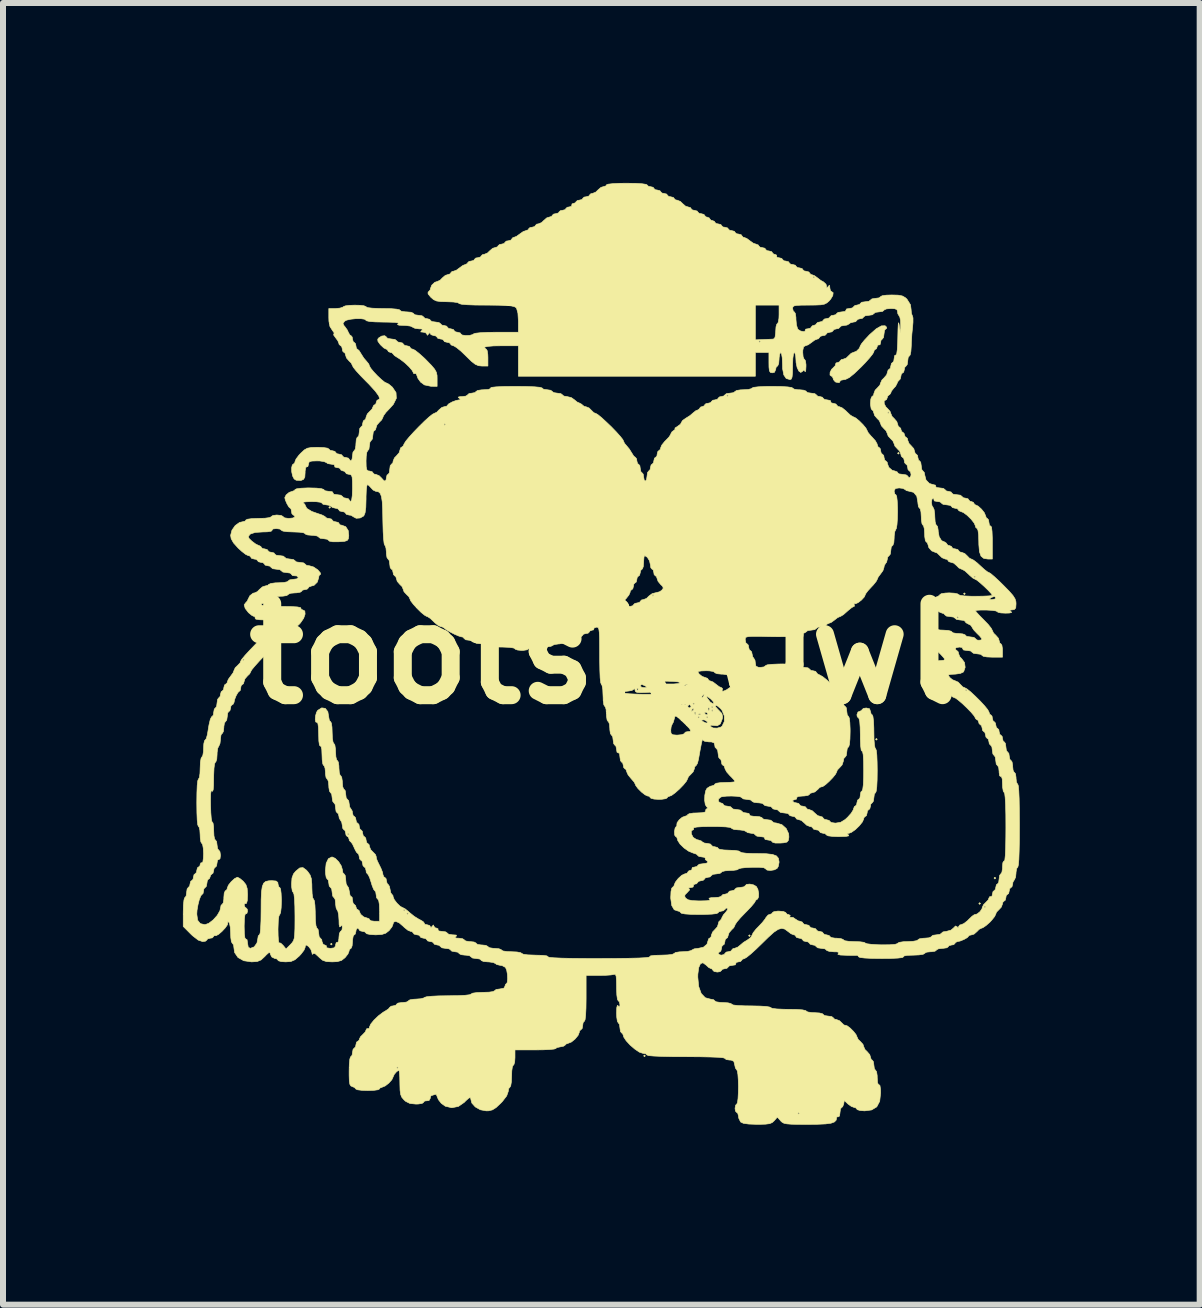
<source format=kicad_pcb>
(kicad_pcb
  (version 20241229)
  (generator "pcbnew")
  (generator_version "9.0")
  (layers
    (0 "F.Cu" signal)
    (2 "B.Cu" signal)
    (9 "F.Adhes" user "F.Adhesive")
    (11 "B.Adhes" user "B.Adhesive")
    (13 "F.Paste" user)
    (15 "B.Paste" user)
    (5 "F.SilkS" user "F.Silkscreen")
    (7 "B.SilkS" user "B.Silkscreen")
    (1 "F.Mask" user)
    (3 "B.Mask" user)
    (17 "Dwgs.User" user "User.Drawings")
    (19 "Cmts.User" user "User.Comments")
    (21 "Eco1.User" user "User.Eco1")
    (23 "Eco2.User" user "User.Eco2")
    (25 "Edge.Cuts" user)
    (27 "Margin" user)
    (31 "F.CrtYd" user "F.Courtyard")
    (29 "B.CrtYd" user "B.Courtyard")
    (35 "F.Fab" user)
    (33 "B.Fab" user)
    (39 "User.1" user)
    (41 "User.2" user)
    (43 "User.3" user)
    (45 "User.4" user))
  (footprint "tootsieOwl"
    (layer "F.Cu")
    (at 7.004 7.851)
    (property "Reference" "tootsieOwl" (at 0 0 0) (layer "F.SilkS") (effects (font (size 1.524 1.524) (thickness 0.3))))
    (attr through_hole)
    (fp_poly (pts (xy -4.544 -2.441) (xy -4.558 -2.427) (xy -4.572 -2.441) (xy -4.558 -2.455) (xy -4.544 -2.441)) (stroke (width 0.01) (type solid)) (fill yes) (layer "F.SilkS"))
    (fp_poly (pts (xy -4.516 4.84) (xy -4.53 4.854) (xy -4.544 4.84) (xy -4.53 4.826) (xy -4.516 4.84)) (stroke (width 0.01) (type solid)) (fill yes) (layer "F.SilkS"))
    (fp_poly (pts (xy 0.706 6.703) (xy 0.691 6.717) (xy 0.677 6.703) (xy 0.691 6.689) (xy 0.706 6.703)) (stroke (width 0.01) (type solid)) (fill yes) (layer "F.SilkS"))
    (fp_poly (pts (xy 2.455 4.699) (xy 2.441 4.713) (xy 2.427 4.699) (xy 2.441 4.685) (xy 2.455 4.699)) (stroke (width 0.01) (type solid)) (fill yes) (layer "F.SilkS"))
    (fp_poly (pts (xy 4.572 1.425) (xy 4.558 1.439) (xy 4.544 1.425) (xy 4.558 1.411) (xy 4.572 1.425)) (stroke (width 0.01) (type solid)) (fill yes) (layer "F.SilkS"))
    (fp_poly (pts (xy 4.939 -3.344) (xy 4.925 -3.33) (xy 4.911 -3.344) (xy 4.925 -3.358) (xy 4.939 -3.344)) (stroke (width 0.01) (type solid)) (fill yes) (layer "F.SilkS"))
    (fp_poly (pts (xy 6.04 -1.002) (xy 6.025 -0.988) (xy 6.011 -1.002) (xy 6.025 -1.016) (xy 6.04 -1.002)) (stroke (width 0.01) (type solid)) (fill yes) (layer "F.SilkS"))
    (fp_poly (pts (xy 6.294 4.163) (xy 6.279 4.177) (xy 6.265 4.163) (xy 6.279 4.149) (xy 6.294 4.163)) (stroke (width 0.01) (type solid)) (fill yes) (layer "F.SilkS"))
    (fp_poly (pts (xy 6.548 3.739) (xy 6.533 3.754) (xy 6.519 3.739) (xy 6.533 3.725) (xy 6.548 3.739)) (stroke (width 0.01) (type solid)) (fill yes) (layer "F.SilkS"))
    (fp_poly (pts (xy -3.613 -5.284) (xy -3.612 -5.278) (xy -3.588 -5.258) (xy -3.529 -5.249) (xy -3.528 -5.249) (xy -3.468 -5.241) (xy -3.443 -5.221) (xy -3.443 -5.221) (xy -3.419 -5.198) (xy -3.387 -5.193) (xy -3.341 -5.181) (xy -3.33 -5.165) (xy -3.307 -5.142) (xy -3.274 -5.136) (xy -3.228 -5.125) (xy -3.217 -5.108) (xy -3.194 -5.084) (xy -3.173 -5.08) (xy -3.134 -5.061) (xy -3.069 -5.01) (xy -2.987 -4.937) (xy -2.947 -4.898) (xy -2.861 -4.809) (xy -2.807 -4.745) (xy -2.779 -4.694) (xy -2.767 -4.641) (xy -2.766 -4.587) (xy -2.766 -4.459) (xy -2.872 -4.461) (xy -2.977 -4.483) (xy -3.041 -4.53) (xy -3.085 -4.591) (xy -3.104 -4.642) (xy -3.104 -4.643) (xy -3.118 -4.673) (xy -3.133 -4.671) (xy -3.159 -4.674) (xy -3.161 -4.684) (xy -3.182 -4.725) (xy -3.234 -4.786) (xy -3.304 -4.852) (xy -3.378 -4.909) (xy -3.422 -4.937) (xy -3.477 -4.972) (xy -3.5 -5) (xy -3.5 -5) (xy -3.522 -5.021) (xy -3.542 -5.024) (xy -3.579 -5.039) (xy -3.584 -5.052) (xy -3.606 -5.079) (xy -3.616 -5.08) (xy -3.655 -5.1) (xy -3.706 -5.148) (xy -3.713 -5.155) (xy -3.753 -5.21) (xy -3.756 -5.246) (xy -3.739 -5.268) (xy -3.69 -5.298) (xy -3.64 -5.304) (xy -3.613 -5.284)) (stroke (width 0.01) (type solid)) (fill yes) (layer "F.SilkS"))
    (fp_poly (pts (xy 4.727 -5.447) (xy 4.725 -5.421) (xy 4.715 -5.419) (xy 4.694 -5.394) (xy 4.685 -5.335) (xy 4.685 -5.334) (xy 4.677 -5.275) (xy 4.657 -5.249) (xy 4.657 -5.249) (xy 4.634 -5.226) (xy 4.628 -5.191) (xy 4.618 -5.152) (xy 4.6 -5.151) (xy 4.576 -5.144) (xy 4.572 -5.124) (xy 4.557 -5.085) (xy 4.544 -5.08) (xy 4.519 -5.057) (xy 4.516 -5.037) (xy 4.497 -5.001) (xy 4.445 -4.935) (xy 4.37 -4.851) (xy 4.304 -4.783) (xy 4.191 -4.675) (xy 4.107 -4.607) (xy 4.045 -4.576) (xy 4.022 -4.572) (xy 3.969 -4.562) (xy 3.951 -4.544) (xy 3.937 -4.52) (xy 3.887 -4.529) (xy 3.873 -4.534) (xy 3.841 -4.572) (xy 3.838 -4.588) (xy 3.822 -4.624) (xy 3.81 -4.628) (xy 3.784 -4.648) (xy 3.786 -4.694) (xy 3.812 -4.745) (xy 3.837 -4.768) (xy 3.874 -4.807) (xy 3.877 -4.831) (xy 3.887 -4.851) (xy 3.907 -4.854) (xy 3.946 -4.869) (xy 3.951 -4.882) (xy 3.974 -4.906) (xy 4.001 -4.911) (xy 4.056 -4.932) (xy 4.092 -4.967) (xy 4.138 -5.011) (xy 4.171 -5.024) (xy 4.225 -5.045) (xy 4.273 -5.092) (xy 4.29 -5.135) (xy 4.309 -5.168) (xy 4.358 -5.229) (xy 4.429 -5.305) (xy 4.444 -5.321) (xy 4.555 -5.419) (xy 4.641 -5.468) (xy 4.703 -5.47) (xy 4.727 -5.447)) (stroke (width 0.01) (type solid)) (fill yes) (layer "F.SilkS"))
    (fp_poly (pts (xy 0.544 -7.844) (xy 0.654 -7.837) (xy 0.719 -7.827) (xy 0.734 -7.818) (xy 0.757 -7.795) (xy 0.79 -7.789) (xy 0.836 -7.778) (xy 0.847 -7.761) (xy 0.87 -7.738) (xy 0.903 -7.733) (xy 0.949 -7.721) (xy 0.96 -7.705) (xy 0.983 -7.682) (xy 1.016 -7.676) (xy 1.062 -7.665) (xy 1.072 -7.648) (xy 1.096 -7.625) (xy 1.129 -7.62) (xy 1.175 -7.608) (xy 1.185 -7.592) (xy 1.209 -7.568) (xy 1.236 -7.564) (xy 1.29 -7.542) (xy 1.326 -7.507) (xy 1.377 -7.463) (xy 1.417 -7.451) (xy 1.46 -7.438) (xy 1.468 -7.422) (xy 1.491 -7.4) (xy 1.524 -7.394) (xy 1.57 -7.382) (xy 1.58 -7.366) (xy 1.604 -7.343) (xy 1.637 -7.338) (xy 1.683 -7.326) (xy 1.693 -7.31) (xy 1.716 -7.285) (xy 1.736 -7.281) (xy 1.773 -7.266) (xy 1.778 -7.253) (xy 1.801 -7.228) (xy 1.82 -7.225) (xy 1.858 -7.21) (xy 1.863 -7.197) (xy 1.886 -7.174) (xy 1.919 -7.168) (xy 1.965 -7.157) (xy 1.976 -7.14) (xy 1.999 -7.117) (xy 2.032 -7.112) (xy 2.078 -7.1) (xy 2.088 -7.084) (xy 2.112 -7.061) (xy 2.145 -7.056) (xy 2.191 -7.044) (xy 2.201 -7.027) (xy 2.225 -7.004) (xy 2.258 -6.999) (xy 2.304 -6.987) (xy 2.314 -6.971) (xy 2.337 -6.945) (xy 2.351 -6.943) (xy 2.397 -6.925) (xy 2.449 -6.886) (xy 2.507 -6.845) (xy 2.553 -6.83) (xy 2.591 -6.815) (xy 2.596 -6.802) (xy 2.62 -6.779) (xy 2.653 -6.773) (xy 2.699 -6.762) (xy 2.709 -6.745) (xy 2.733 -6.722) (xy 2.766 -6.717) (xy 2.812 -6.705) (xy 2.822 -6.689) (xy 2.845 -6.664) (xy 2.866 -6.66) (xy 2.895 -6.647) (xy 2.893 -6.632) (xy 2.901 -6.61) (xy 2.933 -6.604) (xy 2.98 -6.592) (xy 2.992 -6.576) (xy 3.015 -6.553) (xy 3.048 -6.548) (xy 3.094 -6.536) (xy 3.104 -6.519) (xy 3.128 -6.496) (xy 3.161 -6.491) (xy 3.207 -6.479) (xy 3.217 -6.463) (xy 3.241 -6.44) (xy 3.274 -6.435) (xy 3.32 -6.423) (xy 3.33 -6.406) (xy 3.354 -6.384) (xy 3.387 -6.378) (xy 3.433 -6.366) (xy 3.443 -6.35) (xy 3.466 -6.324) (xy 3.48 -6.322) (xy 3.527 -6.304) (xy 3.572 -6.271) (xy 3.633 -6.224) (xy 3.676 -6.201) (xy 3.718 -6.162) (xy 3.726 -6.132) (xy 3.73 -6.099) (xy 3.75 -6.119) (xy 3.754 -6.124) (xy 3.774 -6.146) (xy 3.781 -6.118) (xy 3.781 -6.103) (xy 3.792 -6.053) (xy 3.81 -6.04) (xy 3.837 -6.021) (xy 3.831 -5.973) (xy 3.795 -5.913) (xy 3.769 -5.883) (xy 3.732 -5.851) (xy 3.691 -5.83) (xy 3.632 -5.819) (xy 3.543 -5.815) (xy 3.43 -5.814) (xy 3.305 -5.813) (xy 3.226 -5.809) (xy 3.183 -5.8) (xy 3.165 -5.783) (xy 3.161 -5.757) (xy 3.173 -5.711) (xy 3.189 -5.701) (xy 3.206 -5.676) (xy 3.216 -5.612) (xy 3.217 -5.572) (xy 3.225 -5.486) (xy 3.243 -5.422) (xy 3.253 -5.407) (xy 3.294 -5.382) (xy 3.34 -5.372) (xy 3.37 -5.378) (xy 3.37 -5.395) (xy 3.381 -5.414) (xy 3.413 -5.419) (xy 3.46 -5.43) (xy 3.471 -5.447) (xy 3.494 -5.472) (xy 3.514 -5.475) (xy 3.551 -5.49) (xy 3.556 -5.503) (xy 3.58 -5.526) (xy 3.612 -5.532) (xy 3.658 -5.543) (xy 3.669 -5.56) (xy 3.693 -5.583) (xy 3.725 -5.588) (xy 3.771 -5.6) (xy 3.782 -5.616) (xy 3.805 -5.639) (xy 3.838 -5.644) (xy 3.884 -5.656) (xy 3.895 -5.673) (xy 3.919 -5.692) (xy 3.979 -5.701) (xy 3.981 -5.701) (xy 4.037 -5.709) (xy 4.05 -5.728) (xy 4.05 -5.729) (xy 4.06 -5.75) (xy 4.105 -5.757) (xy 4.158 -5.767) (xy 4.177 -5.786) (xy 4.201 -5.808) (xy 4.233 -5.814) (xy 4.279 -5.826) (xy 4.29 -5.842) (xy 4.314 -5.862) (xy 4.373 -5.87) (xy 4.374 -5.87) (xy 4.434 -5.878) (xy 4.459 -5.898) (xy 4.459 -5.898) (xy 4.484 -5.918) (xy 4.543 -5.927) (xy 4.544 -5.927) (xy 4.603 -5.935) (xy 4.628 -5.955) (xy 4.628 -5.955) (xy 4.654 -5.97) (xy 4.723 -5.98) (xy 4.813 -5.983) (xy 4.92 -5.98) (xy 4.989 -5.967) (xy 5.038 -5.94) (xy 5.067 -5.914) (xy 5.126 -5.82) (xy 5.136 -5.746) (xy 5.142 -5.677) (xy 5.157 -5.636) (xy 5.159 -5.634) (xy 5.168 -5.6) (xy 5.168 -5.528) (xy 5.162 -5.456) (xy 5.149 -5.327) (xy 5.141 -5.188) (xy 5.139 -5.129) (xy 5.133 -5.042) (xy 5.121 -4.983) (xy 5.108 -4.967) (xy 5.088 -4.943) (xy 5.08 -4.883) (xy 5.08 -4.882) (xy 5.072 -4.823) (xy 5.052 -4.798) (xy 5.052 -4.798) (xy 5.029 -4.774) (xy 5.024 -4.741) (xy 5.012 -4.695) (xy 4.995 -4.685) (xy 4.972 -4.661) (xy 4.967 -4.631) (xy 4.955 -4.581) (xy 4.941 -4.567) (xy 4.912 -4.535) (xy 4.906 -4.516) (xy 4.879 -4.463) (xy 4.847 -4.428) (xy 4.808 -4.379) (xy 4.798 -4.35) (xy 4.778 -4.32) (xy 4.77 -4.318) (xy 4.745 -4.295) (xy 4.741 -4.276) (xy 4.726 -4.238) (xy 4.713 -4.233) (xy 4.687 -4.214) (xy 4.689 -4.168) (xy 4.716 -4.117) (xy 4.741 -4.092) (xy 4.785 -4.044) (xy 4.798 -4.008) (xy 4.819 -3.958) (xy 4.854 -3.923) (xy 4.898 -3.872) (xy 4.911 -3.832) (xy 4.924 -3.79) (xy 4.939 -3.782) (xy 4.964 -3.759) (xy 4.967 -3.739) (xy 4.982 -3.702) (xy 4.995 -3.697) (xy 5.02 -3.674) (xy 5.024 -3.655) (xy 5.039 -3.617) (xy 5.052 -3.612) (xy 5.076 -3.589) (xy 5.08 -3.562) (xy 5.101 -3.508) (xy 5.136 -3.471) (xy 5.181 -3.421) (xy 5.193 -3.38) (xy 5.206 -3.338) (xy 5.221 -3.33) (xy 5.244 -3.307) (xy 5.249 -3.274) (xy 5.261 -3.228) (xy 5.278 -3.217) (xy 5.297 -3.193) (xy 5.306 -3.134) (xy 5.306 -3.133) (xy 5.314 -3.073) (xy 5.334 -3.048) (xy 5.334 -3.048) (xy 5.356 -3.024) (xy 5.363 -2.985) (xy 5.385 -2.899) (xy 5.441 -2.84) (xy 5.501 -2.822) (xy 5.543 -2.812) (xy 5.546 -2.794) (xy 5.557 -2.774) (xy 5.612 -2.766) (xy 5.615 -2.766) (xy 5.675 -2.758) (xy 5.701 -2.738) (xy 5.701 -2.738) (xy 5.725 -2.715) (xy 5.757 -2.709) (xy 5.803 -2.698) (xy 5.814 -2.681) (xy 5.838 -2.661) (xy 5.897 -2.653) (xy 5.898 -2.653) (xy 5.958 -2.645) (xy 5.983 -2.625) (xy 5.983 -2.625) (xy 6.007 -2.602) (xy 6.04 -2.596) (xy 6.085 -2.585) (xy 6.096 -2.568) (xy 6.119 -2.543) (xy 6.138 -2.54) (xy 6.176 -2.525) (xy 6.181 -2.512) (xy 6.202 -2.485) (xy 6.21 -2.484) (xy 6.255 -2.462) (xy 6.31 -2.412) (xy 6.357 -2.353) (xy 6.378 -2.303) (xy 6.378 -2.301) (xy 6.393 -2.263) (xy 6.406 -2.258) (xy 6.427 -2.234) (xy 6.435 -2.186) (xy 6.444 -2.138) (xy 6.463 -2.131) (xy 6.477 -2.113) (xy 6.486 -2.042) (xy 6.491 -1.922) (xy 6.491 -1.864) (xy 6.491 -1.58) (xy 6.419 -1.58) (xy 6.348 -1.591) (xy 6.302 -1.629) (xy 6.276 -1.702) (xy 6.266 -1.82) (xy 6.265 -1.875) (xy 6.262 -1.982) (xy 6.252 -2.057) (xy 6.239 -2.088) (xy 6.237 -2.088) (xy 6.212 -2.111) (xy 6.209 -2.132) (xy 6.188 -2.18) (xy 6.138 -2.244) (xy 6.073 -2.308) (xy 6.01 -2.355) (xy 5.97 -2.371) (xy 5.932 -2.386) (xy 5.927 -2.399) (xy 5.903 -2.422) (xy 5.87 -2.427) (xy 5.824 -2.439) (xy 5.814 -2.455) (xy 5.789 -2.475) (xy 5.73 -2.484) (xy 5.729 -2.484) (xy 5.67 -2.492) (xy 5.644 -2.511) (xy 5.644 -2.512) (xy 5.62 -2.533) (xy 5.572 -2.54) (xy 5.524 -2.549) (xy 5.517 -2.568) (xy 5.515 -2.594) (xy 5.505 -2.596) (xy 5.483 -2.574) (xy 5.476 -2.522) (xy 5.485 -2.469) (xy 5.503 -2.441) (xy 5.52 -2.405) (xy 5.53 -2.332) (xy 5.532 -2.284) (xy 5.537 -2.204) (xy 5.55 -2.154) (xy 5.56 -2.145) (xy 5.578 -2.12) (xy 5.588 -2.059) (xy 5.588 -2.044) (xy 5.604 -1.953) (xy 5.644 -1.887) (xy 5.699 -1.863) (xy 5.728 -1.842) (xy 5.729 -1.834) (xy 5.752 -1.809) (xy 5.771 -1.806) (xy 5.809 -1.791) (xy 5.814 -1.778) (xy 5.837 -1.755) (xy 5.87 -1.75) (xy 5.916 -1.738) (xy 5.927 -1.722) (xy 5.95 -1.698) (xy 5.977 -1.693) (xy 6.031 -1.672) (xy 6.068 -1.637) (xy 6.111 -1.593) (xy 6.141 -1.58) (xy 6.178 -1.562) (xy 6.239 -1.515) (xy 6.29 -1.468) (xy 6.358 -1.406) (xy 6.412 -1.365) (xy 6.435 -1.355) (xy 6.466 -1.336) (xy 6.526 -1.285) (xy 6.607 -1.21) (xy 6.675 -1.143) (xy 6.772 -1.044) (xy 6.834 -0.973) (xy 6.869 -0.918) (xy 6.884 -0.87) (xy 6.886 -0.833) (xy 6.881 -0.765) (xy 6.857 -0.738) (xy 6.823 -0.733) (xy 6.781 -0.729) (xy 6.792 -0.712) (xy 6.802 -0.706) (xy 6.812 -0.689) (xy 6.774 -0.68) (xy 6.71 -0.678) (xy 6.632 -0.682) (xy 6.583 -0.694) (xy 6.576 -0.702) (xy 6.55 -0.715) (xy 6.483 -0.725) (xy 6.392 -0.73) (xy 6.299 -0.73) (xy 6.233 -0.726) (xy 6.209 -0.718) (xy 6.228 -0.692) (xy 6.277 -0.638) (xy 6.346 -0.568) (xy 6.35 -0.564) (xy 6.421 -0.491) (xy 6.471 -0.428) (xy 6.491 -0.39) (xy 6.491 -0.389) (xy 6.512 -0.345) (xy 6.548 -0.31) (xy 6.592 -0.26) (xy 6.604 -0.22) (xy 6.617 -0.177) (xy 6.632 -0.169) (xy 6.65 -0.144) (xy 6.66 -0.082) (xy 6.66 -0.056) (xy 6.66 0.056) (xy 6.491 0.056) (xy 6.401 0.052) (xy 6.34 0.041) (xy 6.322 0.028) (xy 6.297 0.008) (xy 6.238 0.000002) (xy 6.237 0) (xy 6.178 -0.008) (xy 6.152 -0.028) (xy 6.152 -0.028) (xy 6.128 -0.048) (xy 6.069 -0.056) (xy 6.066 -0.056) (xy 6.01 -0.064) (xy 5.997 -0.084) (xy 5.997 -0.085) (xy 5.987 -0.106) (xy 5.942 -0.113) (xy 5.889 -0.103) (xy 5.87 -0.085) (xy 5.892 -0.057) (xy 5.898 -0.056) (xy 5.922 -0.033) (xy 5.927 -0.006) (xy 5.948 0.048) (xy 5.983 0.085) (xy 6.027 0.145) (xy 6.038 0.225) (xy 6.014 0.295) (xy 6.006 0.305) (xy 5.957 0.327) (xy 5.88 0.338) (xy 5.865 0.339) (xy 5.796 0.342) (xy 5.759 0.352) (xy 5.757 0.355) (xy 5.779 0.393) (xy 5.826 0.432) (xy 5.874 0.451) (xy 5.876 0.452) (xy 5.921 0.472) (xy 5.955 0.508) (xy 5.998 0.552) (xy 6.028 0.564) (xy 6.066 0.584) (xy 6.13 0.635) (xy 6.207 0.707) (xy 6.288 0.787) (xy 6.36 0.865) (xy 6.413 0.93) (xy 6.435 0.97) (xy 6.435 0.972) (xy 6.449 1.01) (xy 6.463 1.016) (xy 6.486 1.04) (xy 6.491 1.072) (xy 6.503 1.118) (xy 6.519 1.129) (xy 6.542 1.153) (xy 6.548 1.185) (xy 6.559 1.231) (xy 6.576 1.242) (xy 6.599 1.265) (xy 6.604 1.298) (xy 6.616 1.344) (xy 6.632 1.355) (xy 6.655 1.378) (xy 6.66 1.411) (xy 6.672 1.457) (xy 6.689 1.468) (xy 6.708 1.492) (xy 6.717 1.551) (xy 6.717 1.552) (xy 6.725 1.612) (xy 6.745 1.637) (xy 6.745 1.637) (xy 6.766 1.661) (xy 6.773 1.707) (xy 6.783 1.76) (xy 6.802 1.778) (xy 6.82 1.803) (xy 6.83 1.864) (xy 6.83 1.877) (xy 6.837 1.942) (xy 6.854 1.975) (xy 6.858 1.976) (xy 6.877 2) (xy 6.886 2.061) (xy 6.886 2.074) (xy 6.893 2.14) (xy 6.911 2.172) (xy 6.914 2.173) (xy 6.924 2.201) (xy 6.932 2.283) (xy 6.938 2.416) (xy 6.941 2.598) (xy 6.943 2.827) (xy 6.943 2.865) (xy 6.942 3.1) (xy 6.938 3.289) (xy 6.933 3.43) (xy 6.925 3.519) (xy 6.916 3.555) (xy 6.914 3.556) (xy 6.896 3.581) (xy 6.886 3.642) (xy 6.886 3.653) (xy 6.879 3.723) (xy 6.86 3.766) (xy 6.858 3.768) (xy 6.834 3.807) (xy 6.83 3.84) (xy 6.818 3.885) (xy 6.802 3.895) (xy 6.779 3.918) (xy 6.773 3.951) (xy 6.762 3.997) (xy 6.745 4.008) (xy 6.722 4.031) (xy 6.717 4.064) (xy 6.705 4.11) (xy 6.689 4.12) (xy 6.665 4.144) (xy 6.66 4.171) (xy 6.639 4.225) (xy 6.604 4.262) (xy 6.56 4.307) (xy 6.548 4.339) (xy 6.529 4.38) (xy 6.481 4.44) (xy 6.45 4.474) (xy 6.385 4.531) (xy 6.332 4.567) (xy 6.315 4.572) (xy 6.271 4.593) (xy 6.237 4.628) (xy 6.186 4.673) (xy 6.146 4.685) (xy 6.104 4.695) (xy 6.096 4.706) (xy 6.072 4.732) (xy 6.017 4.763) (xy 5.953 4.789) (xy 5.907 4.798) (xy 5.873 4.815) (xy 5.87 4.826) (xy 5.847 4.849) (xy 5.814 4.854) (xy 5.768 4.866) (xy 5.757 4.882) (xy 5.733 4.901) (xy 5.672 4.91) (xy 5.659 4.911) (xy 5.593 4.918) (xy 5.561 4.935) (xy 5.56 4.939) (xy 5.535 4.958) (xy 5.474 4.967) (xy 5.461 4.967) (xy 5.396 4.974) (xy 5.363 4.992) (xy 5.362 4.995) (xy 5.336 5.01) (xy 5.267 5.02) (xy 5.177 5.024) (xy 5.074 5.027) (xy 5.018 5.038) (xy 5.009 5.052) (xy 4.99 5.064) (xy 4.917 5.073) (xy 4.792 5.079) (xy 4.644 5.08) (xy 4.483 5.078) (xy 4.362 5.072) (xy 4.286 5.063) (xy 4.262 5.052) (xy 4.246 5.027) (xy 4.24 5.027) (xy 4.203 5.028) (xy 4.127 5.028) (xy 4.05 5.026) (xy 3.957 5.022) (xy 3.916 5.011) (xy 3.923 4.995) (xy 3.935 4.978) (xy 3.899 4.969) (xy 3.845 4.968) (xy 3.772 4.961) (xy 3.73 4.946) (xy 3.725 4.939) (xy 3.701 4.919) (xy 3.642 4.911) (xy 3.641 4.911) (xy 3.581 4.902) (xy 3.556 4.883) (xy 3.556 4.882) (xy 3.532 4.86) (xy 3.5 4.854) (xy 3.454 4.842) (xy 3.443 4.826) (xy 3.419 4.803) (xy 3.387 4.798) (xy 3.341 4.786) (xy 3.33 4.77) (xy 3.307 4.747) (xy 3.274 4.741) (xy 3.228 4.73) (xy 3.217 4.713) (xy 3.195 4.687) (xy 3.18 4.685) (xy 3.134 4.667) (xy 3.083 4.628) (xy 3.031 4.59) (xy 2.981 4.577) (xy 2.922 4.593) (xy 2.849 4.641) (xy 2.754 4.727) (xy 2.653 4.826) (xy 2.554 4.922) (xy 2.466 5.002) (xy 2.398 5.057) (xy 2.36 5.08) (xy 2.358 5.08) (xy 2.319 5.095) (xy 2.314 5.108) (xy 2.291 5.131) (xy 2.256 5.136) (xy 2.217 5.147) (xy 2.215 5.165) (xy 2.205 5.186) (xy 2.161 5.193) (xy 2.107 5.202) (xy 2.088 5.221) (xy 2.065 5.244) (xy 2.032 5.249) (xy 1.986 5.261) (xy 1.976 5.278) (xy 1.951 5.299) (xy 1.905 5.306) (xy 1.852 5.296) (xy 1.834 5.278) (xy 1.813 5.251) (xy 1.802 5.249) (xy 1.762 5.23) (xy 1.719 5.19) (xy 1.666 5.151) (xy 1.625 5.166) (xy 1.596 5.23) (xy 1.581 5.341) (xy 1.58 5.389) (xy 1.595 5.546) (xy 1.637 5.663) (xy 1.705 5.734) (xy 1.79 5.757) (xy 1.844 5.767) (xy 1.863 5.786) (xy 1.888 5.802) (xy 1.953 5.812) (xy 2.004 5.814) (xy 2.084 5.819) (xy 2.135 5.832) (xy 2.145 5.842) (xy 2.172 5.855) (xy 2.249 5.864) (xy 2.368 5.869) (xy 2.469 5.87) (xy 2.614 5.873) (xy 2.72 5.879) (xy 2.781 5.89) (xy 2.794 5.898) (xy 2.821 5.911) (xy 2.897 5.921) (xy 3.013 5.926) (xy 3.09 5.927) (xy 3.226 5.929) (xy 3.325 5.936) (xy 3.379 5.948) (xy 3.387 5.955) (xy 3.412 5.971) (xy 3.477 5.981) (xy 3.528 5.983) (xy 3.608 5.988) (xy 3.659 6.001) (xy 3.669 6.011) (xy 3.693 6.031) (xy 3.753 6.04) (xy 3.754 6.04) (xy 3.813 6.048) (xy 3.838 6.067) (xy 3.838 6.068) (xy 3.862 6.092) (xy 3.888 6.096) (xy 3.943 6.117) (xy 3.978 6.151) (xy 4.016 6.188) (xy 4.038 6.193) (xy 4.07 6.202) (xy 4.122 6.241) (xy 4.176 6.295) (xy 4.218 6.348) (xy 4.233 6.383) (xy 4.254 6.429) (xy 4.29 6.463) (xy 4.334 6.511) (xy 4.346 6.548) (xy 4.367 6.597) (xy 4.403 6.632) (xy 4.447 6.683) (xy 4.459 6.723) (xy 4.472 6.765) (xy 4.487 6.773) (xy 4.507 6.798) (xy 4.516 6.857) (xy 4.516 6.858) (xy 4.524 6.917) (xy 4.543 6.943) (xy 4.544 6.943) (xy 4.561 6.968) (xy 4.571 7.032) (xy 4.572 7.071) (xy 4.577 7.15) (xy 4.592 7.183) (xy 4.6 7.183) (xy 4.617 7.197) (xy 4.627 7.261) (xy 4.628 7.323) (xy 4.613 7.46) (xy 4.564 7.553) (xy 4.478 7.605) (xy 4.362 7.62) (xy 4.285 7.614) (xy 4.239 7.6) (xy 4.233 7.592) (xy 4.21 7.567) (xy 4.19 7.564) (xy 4.139 7.545) (xy 4.084 7.505) (xy 4.022 7.447) (xy 4.013 7.505) (xy 3.995 7.552) (xy 3.977 7.564) (xy 3.959 7.588) (xy 3.951 7.647) (xy 3.951 7.65) (xy 3.943 7.706) (xy 3.924 7.719) (xy 3.923 7.719) (xy 3.897 7.722) (xy 3.895 7.733) (xy 3.887 7.775) (xy 3.858 7.805) (xy 3.801 7.826) (xy 3.709 7.838) (xy 3.574 7.844) (xy 3.413 7.846) (xy 3.254 7.845) (xy 3.142 7.843) (xy 3.066 7.837) (xy 3.017 7.827) (xy 2.986 7.81) (xy 2.961 7.787) (xy 2.96 7.785) (xy 2.907 7.724) (xy 2.854 7.785) (xy 2.821 7.815) (xy 2.778 7.833) (xy 2.71 7.842) (xy 2.604 7.845) (xy 2.565 7.845) (xy 2.429 7.84) (xy 2.341 7.828) (xy 2.295 7.806) (xy 2.293 7.804) (xy 2.263 7.742) (xy 2.258 7.706) (xy 2.247 7.662) (xy 3.246 7.662) (xy 3.26 7.676) (xy 3.274 7.662) (xy 3.26 7.648) (xy 3.246 7.662) (xy 2.247 7.662) (xy 2.246 7.659) (xy 2.23 7.648) (xy 2.208 7.624) (xy 2.201 7.578) (xy 2.211 7.525) (xy 2.23 7.507) (xy 2.242 7.481) (xy 2.251 7.414) (xy 2.256 7.319) (xy 2.258 7.211) (xy 2.255 7.104) (xy 2.249 7.014) (xy 2.239 6.954) (xy 2.23 6.938) (xy 2.207 6.906) (xy 2.195 6.851) (xy 2.181 6.794) (xy 2.137 6.774) (xy 2.111 6.773) (xy 2.054 6.765) (xy 2.032 6.745) (xy 2.004 6.735) (xy 1.923 6.727) (xy 1.79 6.722) (xy 1.61 6.718) (xy 1.383 6.717) (xy 1.383 6.717) (xy 1.156 6.716) (xy 0.976 6.712) (xy 0.843 6.706) (xy 0.762 6.699) (xy 0.734 6.689) (xy 0.734 6.689) (xy 0.71 6.668) (xy 0.662 6.66) (xy 0.605 6.641) (xy 0.53 6.59) (xy 0.452 6.523) (xy 0.386 6.451) (xy 0.345 6.389) (xy 0.339 6.365) (xy 0.324 6.327) (xy 0.31 6.322) (xy 0.291 6.297) (xy 0.282 6.238) (xy 0.282 6.237) (xy 0.274 6.178) (xy 0.254 6.152) (xy 0.254 6.152) (xy 0.239 6.127) (xy 0.229 6.06) (xy 0.226 5.99) (xy 0.229 5.9) (xy 0.239 5.862) (xy 0.254 5.87) (xy 0.275 5.892) (xy 0.281 5.864) (xy 0.282 5.849) (xy 0.272 5.8) (xy 0.254 5.786) (xy 0.24 5.759) (xy 0.23 5.687) (xy 0.226 5.579) (xy 0.226 5.557) (xy 0.224 5.443) (xy 0.219 5.377) (xy 0.207 5.346) (xy 0.187 5.343) (xy 0.181 5.345) (xy 0.132 5.354) (xy 0.045 5.36) (xy -0.063 5.362) (xy -0.073 5.362) (xy -0.282 5.362) (xy -0.282 5.743) (xy -0.284 5.904) (xy -0.29 6.025) (xy -0.299 6.1) (xy -0.31 6.124) (xy -0.332 6.148) (xy -0.339 6.195) (xy -0.348 6.248) (xy -0.367 6.265) (xy -0.392 6.288) (xy -0.395 6.309) (xy -0.416 6.362) (xy -0.467 6.423) (xy -0.527 6.472) (xy -0.575 6.491) (xy -0.618 6.507) (xy -0.626 6.519) (xy -0.658 6.542) (xy -0.713 6.553) (xy -0.769 6.565) (xy -0.79 6.582) (xy -0.817 6.59) (xy -0.889 6.597) (xy -0.995 6.602) (xy -1.125 6.604) (xy -1.129 6.604) (xy -1.468 6.604) (xy -1.468 6.731) (xy -1.473 6.807) (xy -1.487 6.852) (xy -1.496 6.858) (xy -1.511 6.884) (xy -1.521 6.953) (xy -1.524 7.041) (xy -1.528 7.137) (xy -1.539 7.203) (xy -1.552 7.225) (xy -1.573 7.249) (xy -1.58 7.296) (xy -1.606 7.37) (xy -1.679 7.465) (xy -1.707 7.494) (xy -1.784 7.566) (xy -1.845 7.604) (xy -1.908 7.619) (xy -1.948 7.62) (xy -2.045 7.602) (xy -2.13 7.554) (xy -2.187 7.49) (xy -2.201 7.438) (xy -2.209 7.401) (xy -2.234 7.404) (xy -2.285 7.449) (xy -2.314 7.479) (xy -2.411 7.546) (xy -2.521 7.568) (xy -2.629 7.543) (xy -2.697 7.494) (xy -2.744 7.434) (xy -2.766 7.382) (xy -2.766 7.378) (xy -2.782 7.345) (xy -2.81 7.349) (xy -2.855 7.364) (xy -2.867 7.366) (xy -2.877 7.389) (xy -2.879 7.408) (xy -2.901 7.448) (xy -2.966 7.455) (xy -2.97 7.454) (xy -2.991 7.472) (xy -2.992 7.479) (xy -3.017 7.496) (xy -3.081 7.506) (xy -3.12 7.507) (xy -3.219 7.497) (xy -3.29 7.462) (xy -3.317 7.438) (xy -3.354 7.395) (xy -3.374 7.347) (xy -3.384 7.276) (xy -3.387 7.166) (xy -3.387 7.156) (xy -3.389 7.054) (xy -3.394 6.979) (xy -3.401 6.944) (xy -3.403 6.943) (xy -3.439 6.964) (xy -3.479 7.009) (xy -3.499 7.052) (xy -3.5 7.055) (xy -3.521 7.101) (xy -3.571 7.157) (xy -3.631 7.204) (xy -3.681 7.225) (xy -3.682 7.225) (xy -3.72 7.24) (xy -3.725 7.253) (xy -3.751 7.268) (xy -3.821 7.278) (xy -3.923 7.281) (xy -3.923 7.281) (xy -4.02 7.278) (xy -4.091 7.269) (xy -4.12 7.257) (xy -4.12 7.256) (xy -4.144 7.23) (xy -4.177 7.217) (xy -4.204 7.204) (xy -4.221 7.177) (xy -4.23 7.122) (xy -4.233 7.029) (xy -4.233 6.959) (xy -4.232 6.9) (xy -3.443 6.9) (xy -3.429 6.914) (xy -3.415 6.9) (xy -3.429 6.886) (xy -3.443 6.9) (xy -4.232 6.9) (xy -4.23 6.842) (xy -4.222 6.758) (xy -4.209 6.719) (xy -4.205 6.717) (xy -4.184 6.693) (xy -4.177 6.646) (xy -4.167 6.593) (xy -4.149 6.576) (xy -4.126 6.552) (xy -4.12 6.519) (xy -4.109 6.473) (xy -4.092 6.463) (xy -4.066 6.441) (xy -4.064 6.427) (xy -4.043 6.384) (xy -4.008 6.35) (xy -3.964 6.304) (xy -3.951 6.272) (xy -3.936 6.247) (xy -3.923 6.251) (xy -3.899 6.245) (xy -3.895 6.224) (xy -3.873 6.174) (xy -3.819 6.107) (xy -3.745 6.036) (xy -3.666 5.976) (xy -3.633 5.957) (xy -3.579 5.922) (xy -3.556 5.894) (xy -3.556 5.894) (xy -3.532 5.875) (xy -3.5 5.87) (xy -3.454 5.858) (xy -3.443 5.842) (xy -3.418 5.823) (xy -3.357 5.814) (xy -3.344 5.814) (xy -3.279 5.807) (xy -3.246 5.789) (xy -3.246 5.786) (xy -3.22 5.769) (xy -3.157 5.759) (xy -3.12 5.757) (xy -3.04 5.751) (xy -2.987 5.737) (xy -2.977 5.729) (xy -2.943 5.718) (xy -2.861 5.709) (xy -2.74 5.703) (xy -2.588 5.701) (xy -2.581 5.701) (xy -2.42 5.699) (xy -2.3 5.693) (xy -2.225 5.684) (xy -2.201 5.673) (xy -2.175 5.658) (xy -2.105 5.648) (xy -2.004 5.644) (xy -2.004 5.644) (xy -1.902 5.641) (xy -1.832 5.631) (xy -1.806 5.616) (xy -1.806 5.616) (xy -1.782 5.596) (xy -1.723 5.588) (xy -1.722 5.588) (xy -1.654 5.575) (xy -1.637 5.546) (xy -1.624 5.508) (xy -1.613 5.503) (xy -1.597 5.479) (xy -1.591 5.419) (xy -1.594 5.345) (xy -1.606 5.275) (xy -1.626 5.23) (xy -1.627 5.228) (xy -1.683 5.198) (xy -1.718 5.193) (xy -1.773 5.18) (xy -1.792 5.165) (xy -1.829 5.147) (xy -1.899 5.137) (xy -1.921 5.136) (xy -1.991 5.13) (xy -2.029 5.114) (xy -2.032 5.108) (xy -2.057 5.088) (xy -2.116 5.08) (xy -2.117 5.08) (xy -2.176 5.072) (xy -2.201 5.052) (xy -2.201 5.052) (xy -2.226 5.033) (xy -2.287 5.024) (xy -2.3 5.024) (xy -2.365 5.016) (xy -2.398 4.999) (xy -2.399 4.995) (xy -2.423 4.974) (xy -2.469 4.967) (xy -2.522 4.957) (xy -2.54 4.939) (xy -2.565 4.919) (xy -2.624 4.911) (xy -2.625 4.911) (xy -2.684 4.902) (xy -2.709 4.883) (xy -2.709 4.882) (xy -2.733 4.86) (xy -2.766 4.854) (xy -2.812 4.842) (xy -2.822 4.826) (xy -2.846 4.803) (xy -2.879 4.798) (xy -2.925 4.786) (xy -2.935 4.77) (xy -2.959 4.747) (xy -2.992 4.741) (xy -3.037 4.73) (xy -3.048 4.713) (xy -3.072 4.69) (xy -3.104 4.685) (xy -3.15 4.673) (xy -3.161 4.657) (xy -3.184 4.632) (xy -3.206 4.628) (xy -3.253 4.609) (xy -3.313 4.561) (xy -3.33 4.544) (xy -3.399 4.485) (xy -3.456 4.461) (xy -3.492 4.474) (xy -3.5 4.503) (xy -3.518 4.551) (xy -3.564 4.611) (xy -3.569 4.616) (xy -3.623 4.658) (xy -3.688 4.679) (xy -3.785 4.685) (xy -3.795 4.685) (xy -3.88 4.68) (xy -3.937 4.668) (xy -3.951 4.657) (xy -3.975 4.634) (xy -4.008 4.628) (xy -4.053 4.617) (xy -4.064 4.6) (xy -4.085 4.573) (xy -4.092 4.572) (xy -4.115 4.596) (xy -4.12 4.628) (xy -4.132 4.674) (xy -4.149 4.685) (xy -4.166 4.71) (xy -4.176 4.772) (xy -4.177 4.798) (xy -4.183 4.868) (xy -4.199 4.908) (xy -4.205 4.911) (xy -4.23 4.934) (xy -4.233 4.954) (xy -4.252 5.003) (xy -4.298 5.062) (xy -4.303 5.067) (xy -4.36 5.112) (xy -4.431 5.132) (xy -4.517 5.136) (xy -4.611 5.131) (xy -4.674 5.11) (xy -4.731 5.063) (xy -4.742 5.051) (xy -4.8 4.999) (xy -4.832 4.996) (xy -4.835 5.002) (xy -4.848 5.011) (xy -4.852 4.986) (xy -4.87 4.931) (xy -4.909 4.879) (xy -4.949 4.854) (xy -4.951 4.854) (xy -4.965 4.877) (xy -4.967 4.897) (xy -4.986 4.942) (xy -5.034 5.005) (xy -5.065 5.039) (xy -5.137 5.101) (xy -5.204 5.13) (xy -5.291 5.136) (xy -5.367 5.131) (xy -5.413 5.117) (xy -5.419 5.108) (xy -5.442 5.085) (xy -5.472 5.08) (xy -5.522 5.055) (xy -5.541 5.019) (xy -5.553 4.984) (xy -5.572 4.982) (xy -5.611 5.016) (xy -5.64 5.047) (xy -5.702 5.104) (xy -5.765 5.13) (xy -5.856 5.136) (xy -5.86 5.136) (xy -5.99 5.117) (xy -6.086 5.063) (xy -6.142 4.981) (xy -6.152 4.914) (xy -6.16 4.853) (xy -6.179 4.826) (xy -6.181 4.826) (xy -6.196 4.8) (xy -6.206 4.733) (xy -6.209 4.658) (xy -6.214 4.561) (xy -6.228 4.492) (xy -6.241 4.471) (xy -6.261 4.467) (xy -6.255 4.481) (xy -6.262 4.517) (xy -6.3 4.571) (xy -6.354 4.629) (xy -6.41 4.677) (xy -6.453 4.7) (xy -6.465 4.698) (xy -6.489 4.702) (xy -6.491 4.711) (xy -6.515 4.736) (xy -6.548 4.741) (xy -6.593 4.753) (xy -6.604 4.77) (xy -6.628 4.791) (xy -6.675 4.798) (xy -6.749 4.773) (xy -6.845 4.699) (xy -6.873 4.672) (xy -6.999 4.545) (xy -6.999 4.34) (xy -6.773 4.34) (xy -6.759 4.442) (xy -6.714 4.498) (xy -6.637 4.516) (xy -6.573 4.493) (xy -6.499 4.436) (xy -6.432 4.361) (xy -6.388 4.284) (xy -6.378 4.242) (xy -6.368 4.192) (xy -6.35 4.177) (xy -6.332 4.152) (xy -6.322 4.089) (xy -6.322 4.064) (xy -6.316 3.993) (xy -6.3 3.954) (xy -6.294 3.951) (xy -6.269 3.928) (xy -6.265 3.907) (xy -6.246 3.858) (xy -6.199 3.799) (xy -6.143 3.748) (xy -6.097 3.725) (xy -6.096 3.725) (xy -6.057 3.744) (xy -6.002 3.789) (xy -5.996 3.795) (xy -5.954 3.848) (xy -5.933 3.912) (xy -5.927 4.008) (xy -5.927 4.022) (xy -5.931 4.114) (xy -5.944 4.16) (xy -5.955 4.163) (xy -5.979 4.169) (xy -5.983 4.189) (xy -5.968 4.228) (xy -5.955 4.233) (xy -5.932 4.257) (xy -5.927 4.291) (xy -5.938 4.33) (xy -5.955 4.332) (xy -5.97 4.349) (xy -5.979 4.417) (xy -5.983 4.534) (xy -5.983 4.544) (xy -5.98 4.664) (xy -5.971 4.736) (xy -5.956 4.756) (xy -5.955 4.755) (xy -5.935 4.766) (xy -5.927 4.821) (xy -5.927 4.824) (xy -5.915 4.891) (xy -5.882 4.911) (xy -5.816 4.886) (xy -5.77 4.822) (xy -5.757 4.757) (xy -5.748 4.703) (xy -5.729 4.685) (xy -5.717 4.658) (xy -5.709 4.579) (xy -5.703 4.454) (xy -5.701 4.287) (xy -5.701 4.274) (xy -5.7 4.096) (xy -5.694 3.967) (xy -5.681 3.879) (xy -5.658 3.824) (xy -5.623 3.795) (xy -5.571 3.784) (xy -5.519 3.782) (xy -5.451 3.788) (xy -5.422 3.812) (xy -5.419 3.838) (xy -5.407 3.884) (xy -5.39 3.895) (xy -5.376 3.921) (xy -5.367 3.993) (xy -5.362 4.1) (xy -5.362 4.12) (xy -5.366 4.232) (xy -5.375 4.311) (xy -5.388 4.345) (xy -5.39 4.346) (xy -5.404 4.373) (xy -5.414 4.446) (xy -5.418 4.556) (xy -5.419 4.591) (xy -5.417 4.698) (xy -5.412 4.777) (xy -5.405 4.816) (xy -5.401 4.818) (xy -5.373 4.824) (xy -5.334 4.861) (xy -5.285 4.921) (xy -5.211 4.847) (xy -5.182 4.815) (xy -5.161 4.783) (xy -5.148 4.741) (xy -5.141 4.677) (xy -5.137 4.581) (xy -5.136 4.443) (xy -5.136 4.376) (xy -5.138 4.211) (xy -5.144 4.086) (xy -5.153 4.007) (xy -5.165 3.979) (xy -5.165 3.979) (xy -5.181 3.954) (xy -5.191 3.889) (xy -5.193 3.837) (xy -5.186 3.738) (xy -5.161 3.67) (xy -5.124 3.625) (xy -5.057 3.57) (xy -5.003 3.564) (xy -4.946 3.606) (xy -4.921 3.634) (xy -4.884 3.687) (xy -4.863 3.749) (xy -4.855 3.838) (xy -4.854 3.902) (xy -4.85 4) (xy -4.84 4.068) (xy -4.826 4.092) (xy -4.812 4.119) (xy -4.803 4.192) (xy -4.798 4.301) (xy -4.798 4.332) (xy -4.795 4.449) (xy -4.786 4.532) (xy -4.773 4.57) (xy -4.77 4.572) (xy -4.75 4.597) (xy -4.741 4.656) (xy -4.741 4.657) (xy -4.733 4.716) (xy -4.713 4.741) (xy -4.713 4.741) (xy -4.69 4.765) (xy -4.685 4.798) (xy -4.666 4.844) (xy -4.641 4.854) (xy -4.612 4.868) (xy -4.614 4.882) (xy -4.603 4.902) (xy -4.548 4.911) (xy -4.545 4.911) (xy -4.483 4.902) (xy -4.46 4.871) (xy -4.459 4.853) (xy -4.448 4.814) (xy -4.431 4.812) (xy -4.412 4.8) (xy -4.403 4.742) (xy -4.403 4.729) (xy -4.396 4.663) (xy -4.378 4.629) (xy -4.374 4.628) (xy -4.353 4.605) (xy -4.347 4.565) (xy -4.351 4.524) (xy -4.368 4.534) (xy -4.374 4.544) (xy -4.391 4.553) (xy -4.4 4.513) (xy -4.402 4.44) (xy -4.408 4.353) (xy -4.421 4.292) (xy -4.431 4.276) (xy -4.45 4.238) (xy -4.459 4.17) (xy -4.459 4.161) (xy -4.466 4.096) (xy -4.484 4.065) (xy -4.487 4.064) (xy -4.507 4.039) (xy -4.516 3.98) (xy -4.516 3.979) (xy -4.524 3.92) (xy -4.543 3.895) (xy -4.544 3.895) (xy -4.565 3.871) (xy -4.572 3.824) (xy -4.582 3.771) (xy -4.6 3.754) (xy -4.616 3.728) (xy -4.626 3.663) (xy -4.628 3.61) (xy -4.616 3.493) (xy -4.579 3.416) (xy -4.521 3.387) (xy -4.516 3.387) (xy -4.465 3.41) (xy -4.408 3.466) (xy -4.364 3.536) (xy -4.346 3.597) (xy -4.337 3.651) (xy -4.318 3.669) (xy -4.299 3.694) (xy -4.29 3.754) (xy -4.29 3.765) (xy -4.283 3.833) (xy -4.265 3.87) (xy -4.262 3.871) (xy -4.242 3.903) (xy -4.229 3.967) (xy -4.228 3.97) (xy -4.218 4.028) (xy -4.201 4.047) (xy -4.199 4.046) (xy -4.183 4.059) (xy -4.177 4.105) (xy -4.167 4.158) (xy -4.149 4.177) (xy -4.124 4.2) (xy -4.12 4.219) (xy -4.105 4.257) (xy -4.092 4.262) (xy -4.065 4.283) (xy -4.064 4.292) (xy -4.041 4.343) (xy -3.989 4.387) (xy -3.939 4.403) (xy -3.9 4.417) (xy -3.895 4.431) (xy -3.87 4.451) (xy -3.811 4.459) (xy -3.81 4.459) (xy -3.725 4.459) (xy -3.725 4.332) (xy -3.274 4.332) (xy -3.26 4.346) (xy -3.246 4.332) (xy -3.26 4.318) (xy -3.274 4.332) (xy -3.725 4.332) (xy -3.725 4.276) (xy -3.33 4.276) (xy -3.316 4.29) (xy -3.302 4.276) (xy -3.316 4.262) (xy -3.33 4.276) (xy -3.725 4.276) (xy -3.729 4.18) (xy -3.74 4.114) (xy -3.754 4.092) (xy -3.775 4.068) (xy -3.782 4.022) (xy -3.79 3.969) (xy -3.805 3.951) (xy -3.825 3.926) (xy -3.85 3.863) (xy -3.866 3.81) (xy -3.892 3.73) (xy -3.917 3.679) (xy -3.928 3.669) (xy -3.947 3.645) (xy -3.951 3.612) (xy -3.963 3.567) (xy -3.979 3.556) (xy -4.002 3.532) (xy -4.008 3.5) (xy -4.019 3.454) (xy -4.036 3.443) (xy -4.059 3.419) (xy -4.064 3.387) (xy -4.074 3.341) (xy -4.087 3.33) (xy -4.111 3.307) (xy -4.142 3.248) (xy -4.149 3.231) (xy -4.179 3.168) (xy -4.206 3.134) (xy -4.21 3.133) (xy -4.231 3.11) (xy -4.233 3.09) (xy -4.249 3.053) (xy -4.262 3.048) (xy -4.284 3.024) (xy -4.288 3.006) (xy -4.262 3.006) (xy -4.247 3.02) (xy -4.233 3.006) (xy -4.247 2.992) (xy -4.262 3.006) (xy -4.288 3.006) (xy -4.29 2.992) (xy -4.302 2.946) (xy -4.318 2.935) (xy -4.339 2.911) (xy -4.346 2.866) (xy -4.357 2.806) (xy -4.374 2.78) (xy -4.398 2.74) (xy -4.403 2.708) (xy -4.415 2.663) (xy -4.431 2.653) (xy -4.451 2.628) (xy -4.459 2.569) (xy -4.459 2.568) (xy -4.467 2.509) (xy -4.487 2.484) (xy -4.487 2.484) (xy -4.507 2.459) (xy -4.516 2.4) (xy -4.516 2.399) (xy -4.524 2.339) (xy -4.543 2.314) (xy -4.544 2.314) (xy -4.561 2.289) (xy -4.571 2.227) (xy -4.572 2.201) (xy -4.578 2.131) (xy -4.594 2.091) (xy -4.6 2.088) (xy -4.618 2.063) (xy -4.628 2.001) (xy -4.628 1.976) (xy -4.635 1.905) (xy -4.65 1.866) (xy -4.657 1.863) (xy -4.672 1.837) (xy -4.682 1.77) (xy -4.685 1.692) (xy -4.689 1.594) (xy -4.701 1.543) (xy -4.713 1.538) (xy -4.728 1.522) (xy -4.738 1.454) (xy -4.741 1.341) (xy -4.745 1.226) (xy -4.754 1.159) (xy -4.77 1.143) (xy -4.79 1.136) (xy -4.798 1.093) (xy -4.793 1.034) (xy -4.777 0.976) (xy -4.757 0.943) (xy -4.69 0.901) (xy -4.63 0.91) (xy -4.588 0.965) (xy -4.572 1.059) (xy -4.572 1.061) (xy -4.562 1.113) (xy -4.544 1.129) (xy -4.529 1.155) (xy -4.519 1.223) (xy -4.516 1.312) (xy -4.512 1.408) (xy -4.501 1.474) (xy -4.487 1.496) (xy -4.471 1.521) (xy -4.461 1.586) (xy -4.459 1.637) (xy -4.454 1.717) (xy -4.441 1.768) (xy -4.431 1.778) (xy -4.414 1.803) (xy -4.404 1.867) (xy -4.403 1.905) (xy -4.397 1.981) (xy -4.383 2.026) (xy -4.374 2.032) (xy -4.357 2.057) (xy -4.347 2.12) (xy -4.346 2.145) (xy -4.34 2.216) (xy -4.324 2.255) (xy -4.318 2.258) (xy -4.298 2.282) (xy -4.29 2.341) (xy -4.29 2.342) (xy -4.282 2.402) (xy -4.262 2.427) (xy -4.262 2.427) (xy -4.24 2.451) (xy -4.233 2.496) (xy -4.223 2.556) (xy -4.205 2.582) (xy -4.181 2.622) (xy -4.177 2.655) (xy -4.165 2.7) (xy -4.149 2.709) (xy -4.126 2.733) (xy -4.12 2.766) (xy -4.109 2.812) (xy -4.092 2.822) (xy -4.069 2.846) (xy -4.064 2.879) (xy -4.052 2.925) (xy -4.036 2.935) (xy -4.013 2.959) (xy -4.008 2.992) (xy -3.996 3.037) (xy -3.979 3.048) (xy -3.956 3.072) (xy -3.951 3.104) (xy -3.939 3.15) (xy -3.923 3.161) (xy -3.899 3.184) (xy -3.895 3.211) (xy -3.873 3.266) (xy -3.838 3.302) (xy -3.794 3.347) (xy -3.782 3.379) (xy -3.778 3.412) (xy -3.761 3.457) (xy -3.725 3.53) (xy -3.702 3.577) (xy -3.676 3.643) (xy -3.669 3.683) (xy -3.654 3.72) (xy -3.641 3.725) (xy -3.617 3.749) (xy -3.612 3.779) (xy -3.6 3.829) (xy -3.584 3.843) (xy -3.562 3.875) (xy -3.55 3.93) (xy -3.538 3.986) (xy -3.522 4.008) (xy -3.502 4.031) (xy -3.5 4.051) (xy -3.481 4.098) (xy -3.436 4.157) (xy -3.382 4.209) (xy -3.339 4.233) (xy -3.336 4.233) (xy -3.301 4.251) (xy -3.245 4.296) (xy -3.227 4.313) (xy -3.148 4.377) (xy -3.065 4.428) (xy -3.055 4.432) (xy -3 4.464) (xy -2.98 4.49) (xy -2.981 4.493) (xy -2.969 4.511) (xy -2.937 4.516) (xy -2.89 4.53) (xy -2.878 4.551) (xy -2.868 4.566) (xy -2.85 4.544) (xy -2.828 4.521) (xy -2.823 4.537) (xy -2.799 4.568) (xy -2.778 4.572) (xy -2.749 4.586) (xy -2.752 4.6) (xy -2.741 4.62) (xy -2.686 4.628) (xy -2.683 4.628) (xy -2.623 4.636) (xy -2.596 4.656) (xy -2.596 4.657) (xy -2.572 4.676) (xy -2.512 4.685) (xy -2.505 4.685) (xy -2.448 4.689) (xy -2.442 4.703) (xy -2.455 4.713) (xy -2.472 4.732) (xy -2.44 4.74) (xy -2.406 4.741) (xy -2.344 4.749) (xy -2.314 4.767) (xy -2.314 4.77) (xy -2.289 4.788) (xy -2.228 4.798) (xy -2.215 4.798) (xy -2.15 4.805) (xy -2.118 4.822) (xy -2.117 4.826) (xy -2.092 4.845) (xy -2.031 4.854) (xy -2.018 4.854) (xy -1.953 4.861) (xy -1.92 4.879) (xy -1.919 4.882) (xy -1.894 4.9) (xy -1.832 4.91) (xy -1.806 4.911) (xy -1.736 4.917) (xy -1.696 4.933) (xy -1.693 4.939) (xy -1.668 4.954) (xy -1.6 4.964) (xy -1.524 4.967) (xy -1.434 4.971) (xy -1.373 4.983) (xy -1.355 4.995) (xy -1.328 5.009) (xy -1.256 5.019) (xy -1.149 5.023) (xy -1.127 5.024) (xy -1.008 5.027) (xy -0.936 5.036) (xy -0.917 5.051) (xy -0.917 5.052) (xy -0.895 5.061) (xy -0.818 5.068) (xy -0.685 5.074) (xy -0.498 5.078) (xy -0.257 5.08) (xy -0.071 5.08) (xy 0.205 5.079) (xy 0.427 5.076) (xy 0.596 5.072) (xy 0.709 5.066) (xy 0.768 5.058) (xy 0.776 5.052) (xy 0.792 5.036) (xy 0.86 5.027) (xy 0.972 5.024) (xy 1.079 5.02) (xy 1.154 5.011) (xy 1.185 4.997) (xy 1.185 4.995) (xy 1.211 4.979) (xy 1.275 4.969) (xy 1.325 4.967) (xy 1.409 4.962) (xy 1.468 4.948) (xy 1.482 4.939) (xy 1.52 4.919) (xy 1.584 4.911) (xy 1.673 4.892) (xy 1.733 4.842) (xy 1.75 4.786) (xy 1.764 4.747) (xy 1.778 4.741) (xy 1.802 4.718) (xy 1.806 4.691) (xy 1.828 4.637) (xy 1.863 4.6) (xy 1.907 4.551) (xy 1.919 4.512) (xy 1.932 4.465) (xy 1.945 4.454) (xy 1.974 4.422) (xy 1.98 4.403) (xy 2.007 4.352) (xy 2.044 4.311) (xy 2.076 4.267) (xy 2.075 4.24) (xy 2.048 4.241) (xy 2.04 4.255) (xy 2.005 4.284) (xy 1.973 4.29) (xy 1.929 4.302) (xy 1.919 4.318) (xy 1.892 4.331) (xy 1.816 4.34) (xy 1.698 4.345) (xy 1.609 4.346) (xy 1.469 4.344) (xy 1.366 4.337) (xy 1.308 4.326) (xy 1.298 4.318) (xy 1.275 4.293) (xy 1.254 4.29) (xy 1.187 4.267) (xy 1.146 4.197) (xy 1.129 4.077) (xy 1.129 4.052) (xy 1.131 4.02) (xy 1.364 4.02) (xy 1.365 4.054) (xy 1.38 4.075) (xy 1.419 4.101) (xy 1.488 4.115) (xy 1.6 4.12) (xy 1.619 4.12) (xy 1.726 4.117) (xy 1.779 4.109) (xy 1.781 4.095) (xy 1.778 4.092) (xy 1.766 4.075) (xy 1.802 4.066) (xy 1.856 4.064) (xy 1.929 4.058) (xy 1.971 4.043) (xy 1.976 4.036) (xy 1.999 4.013) (xy 2.032 4.008) (xy 2.078 3.996) (xy 2.088 3.979) (xy 2.112 3.956) (xy 2.145 3.951) (xy 2.191 3.939) (xy 2.201 3.923) (xy 2.226 3.903) (xy 2.285 3.895) (xy 2.286 3.895) (xy 2.345 3.886) (xy 2.371 3.867) (xy 2.371 3.866) (xy 2.393 3.844) (xy 2.447 3.839) (xy 2.509 3.852) (xy 2.556 3.879) (xy 2.582 3.926) (xy 2.595 3.992) (xy 2.593 4.053) (xy 2.577 4.089) (xy 2.568 4.092) (xy 2.541 4.114) (xy 2.54 4.122) (xy 2.521 4.154) (xy 2.471 4.214) (xy 2.398 4.291) (xy 2.371 4.318) (xy 2.293 4.399) (xy 2.234 4.468) (xy 2.203 4.514) (xy 2.201 4.522) (xy 2.18 4.566) (xy 2.145 4.6) (xy 2.101 4.651) (xy 2.088 4.691) (xy 2.075 4.733) (xy 2.06 4.741) (xy 2.037 4.765) (xy 2.032 4.798) (xy 2.02 4.844) (xy 2.004 4.854) (xy 1.981 4.878) (xy 1.976 4.911) (xy 1.964 4.957) (xy 1.947 4.967) (xy 1.92 4.989) (xy 1.919 4.995) (xy 1.943 5.018) (xy 1.976 5.024) (xy 2.021 5.012) (xy 2.032 4.995) (xy 2.056 4.972) (xy 2.088 4.967) (xy 2.134 4.955) (xy 2.145 4.939) (xy 2.168 4.914) (xy 2.191 4.911) (xy 2.245 4.891) (xy 2.283 4.861) (xy 2.342 4.811) (xy 2.406 4.772) (xy 2.461 4.732) (xy 2.484 4.692) (xy 2.503 4.651) (xy 2.551 4.59) (xy 2.591 4.549) (xy 2.656 4.48) (xy 2.704 4.419) (xy 2.717 4.396) (xy 2.753 4.354) (xy 2.779 4.346) (xy 2.817 4.331) (xy 2.822 4.318) (xy 2.847 4.3) (xy 2.91 4.29) (xy 2.935 4.29) (xy 3.006 4.296) (xy 3.045 4.312) (xy 3.048 4.318) (xy 3.071 4.343) (xy 3.092 4.346) (xy 3.121 4.361) (xy 3.116 4.379) (xy 3.113 4.398) (xy 3.126 4.393) (xy 3.168 4.395) (xy 3.199 4.417) (xy 3.254 4.452) (xy 3.286 4.459) (xy 3.325 4.474) (xy 3.33 4.487) (xy 3.354 4.51) (xy 3.387 4.516) (xy 3.433 4.527) (xy 3.443 4.544) (xy 3.467 4.567) (xy 3.5 4.572) (xy 3.545 4.584) (xy 3.556 4.6) (xy 3.58 4.623) (xy 3.612 4.628) (xy 3.658 4.64) (xy 3.669 4.657) (xy 3.693 4.68) (xy 3.725 4.685) (xy 3.771 4.697) (xy 3.782 4.713) (xy 3.807 4.731) (xy 3.869 4.741) (xy 3.895 4.741) (xy 3.965 4.748) (xy 4.005 4.763) (xy 4.008 4.77) (xy 4.033 4.784) (xy 4.102 4.794) (xy 4.191 4.798) (xy 4.284 4.801) (xy 4.35 4.81) (xy 4.374 4.823) (xy 4.401 4.834) (xy 4.471 4.843) (xy 4.573 4.85) (xy 4.643 4.852) (xy 4.778 4.851) (xy 4.869 4.844) (xy 4.909 4.831) (xy 4.911 4.827) (xy 4.937 4.811) (xy 5.007 4.8) (xy 5.08 4.798) (xy 5.17 4.793) (xy 5.231 4.782) (xy 5.249 4.77) (xy 5.274 4.752) (xy 5.337 4.742) (xy 5.362 4.741) (xy 5.433 4.735) (xy 5.472 4.719) (xy 5.475 4.713) (xy 5.5 4.693) (xy 5.559 4.685) (xy 5.56 4.685) (xy 5.619 4.677) (xy 5.644 4.657) (xy 5.644 4.657) (xy 5.669 4.636) (xy 5.723 4.628) (xy 5.801 4.607) (xy 5.842 4.573) (xy 5.878 4.537) (xy 5.904 4.551) (xy 5.904 4.551) (xy 5.922 4.571) (xy 5.926 4.551) (xy 5.95 4.52) (xy 5.972 4.516) (xy 6.018 4.496) (xy 6.079 4.448) (xy 6.097 4.429) (xy 6.151 4.377) (xy 6.189 4.35) (xy 6.196 4.349) (xy 6.238 4.337) (xy 6.287 4.297) (xy 6.319 4.249) (xy 6.322 4.233) (xy 6.328 4.219) (xy 6.35 4.219) (xy 6.364 4.233) (xy 6.378 4.219) (xy 6.364 4.205) (xy 6.35 4.219) (xy 6.328 4.219) (xy 6.343 4.184) (xy 6.378 4.149) (xy 6.422 4.103) (xy 6.435 4.07) (xy 6.45 4.046) (xy 6.463 4.05) (xy 6.485 4.041) (xy 6.491 4.009) (xy 6.503 3.962) (xy 6.519 3.951) (xy 6.542 3.927) (xy 6.548 3.895) (xy 6.559 3.849) (xy 6.576 3.838) (xy 6.596 3.814) (xy 6.604 3.755) (xy 6.604 3.754) (xy 6.612 3.694) (xy 6.632 3.669) (xy 6.632 3.669) (xy 6.65 3.644) (xy 6.66 3.581) (xy 6.66 3.554) (xy 6.666 3.483) (xy 6.682 3.456) (xy 6.689 3.457) (xy 6.699 3.437) (xy 6.707 3.361) (xy 6.713 3.231) (xy 6.716 3.048) (xy 6.717 2.894) (xy 6.716 2.683) (xy 6.712 2.517) (xy 6.705 2.398) (xy 6.697 2.33) (xy 6.689 2.314) (xy 6.673 2.289) (xy 6.662 2.224) (xy 6.66 2.171) (xy 6.656 2.086) (xy 6.642 2.047) (xy 6.632 2.046) (xy 6.613 2.034) (xy 6.604 1.977) (xy 6.604 1.963) (xy 6.597 1.897) (xy 6.58 1.864) (xy 6.576 1.863) (xy 6.556 1.838) (xy 6.548 1.779) (xy 6.548 1.778) (xy 6.539 1.719) (xy 6.52 1.693) (xy 6.519 1.693) (xy 6.5 1.669) (xy 6.491 1.61) (xy 6.491 1.609) (xy 6.483 1.549) (xy 6.463 1.524) (xy 6.463 1.524) (xy 6.44 1.5) (xy 6.435 1.468) (xy 6.423 1.422) (xy 6.406 1.411) (xy 6.384 1.387) (xy 6.378 1.355) (xy 6.366 1.309) (xy 6.35 1.298) (xy 6.327 1.275) (xy 6.322 1.242) (xy 6.31 1.196) (xy 6.294 1.185) (xy 6.269 1.162) (xy 6.265 1.143) (xy 6.25 1.105) (xy 6.237 1.101) (xy 6.21 1.079) (xy 6.209 1.072) (xy 6.189 1.036) (xy 6.139 0.976) (xy 6.07 0.905) (xy 5.995 0.833) (xy 5.926 0.774) (xy 5.877 0.738) (xy 5.863 0.734) (xy 5.819 0.713) (xy 5.786 0.677) (xy 5.737 0.633) (xy 5.701 0.621) (xy 5.668 0.607) (xy 6.04 0.607) (xy 6.054 0.621) (xy 6.068 0.607) (xy 6.054 0.593) (xy 6.04 0.607) (xy 5.668 0.607) (xy 5.651 0.6) (xy 5.616 0.564) (xy 5.571 0.521) (xy 5.538 0.508) (xy 5.492 0.488) (xy 5.435 0.441) (xy 5.385 0.385) (xy 5.362 0.34) (xy 5.362 0.338) (xy 5.345 0.32) (xy 5.334 0.325) (xy 5.307 0.334) (xy 5.314 0.31) (xy 5.352 0.263) (xy 5.375 0.239) (xy 5.434 0.191) (xy 5.485 0.17) (xy 5.488 0.169) (xy 5.526 0.154) (xy 5.532 0.141) (xy 5.556 0.121) (xy 5.615 0.113) (xy 5.616 0.113) (xy 5.676 0.108) (xy 5.701 0.096) (xy 5.701 0.096) (xy 5.681 0.065) (xy 5.632 0.011) (xy 5.566 -0.054) (xy 5.497 -0.115) (xy 5.439 -0.161) (xy 5.412 -0.177) (xy 5.375 -0.217) (xy 5.362 -0.286) (xy 5.373 -0.36) (xy 5.403 -0.411) (xy 5.453 -0.443) (xy 5.503 -0.45) (xy 5.531 -0.431) (xy 5.532 -0.423) (xy 5.557 -0.407) (xy 5.622 -0.397) (xy 5.673 -0.395) (xy 5.753 -0.39) (xy 5.804 -0.377) (xy 5.814 -0.367) (xy 5.839 -0.349) (xy 5.901 -0.339) (xy 5.927 -0.339) (xy 5.997 -0.332) (xy 6.037 -0.317) (xy 6.04 -0.31) (xy 6.064 -0.291) (xy 6.123 -0.282) (xy 6.124 -0.282) (xy 6.184 -0.274) (xy 6.209 -0.254) (xy 6.209 -0.254) (xy 6.233 -0.231) (xy 6.265 -0.226) (xy 6.31 -0.232) (xy 6.315 -0.254) (xy 6.277 -0.3) (xy 6.237 -0.339) (xy 6.184 -0.395) (xy 6.154 -0.439) (xy 6.152 -0.447) (xy 6.129 -0.478) (xy 6.096 -0.494) (xy 6.05 -0.519) (xy 6.04 -0.538) (xy 6.015 -0.557) (xy 5.956 -0.564) (xy 5.955 -0.564) (xy 5.895 -0.573) (xy 5.87 -0.592) (xy 5.87 -0.593) (xy 5.853 -0.607) (xy 5.898 -0.607) (xy 5.913 -0.593) (xy 5.927 -0.607) (xy 5.913 -0.621) (xy 5.898 -0.607) (xy 5.853 -0.607) (xy 5.846 -0.612) (xy 5.787 -0.621) (xy 5.786 -0.621) (xy 5.726 -0.629) (xy 5.701 -0.649) (xy 5.701 -0.649) (xy 5.678 -0.674) (xy 5.657 -0.677) (xy 5.608 -0.697) (xy 5.548 -0.744) (xy 5.497 -0.8) (xy 5.475 -0.847) (xy 5.475 -0.847) (xy 5.496 -0.896) (xy 5.511 -0.911) (xy 6.441 -0.911) (xy 6.469 -0.904) (xy 6.484 -0.904) (xy 6.534 -0.914) (xy 6.548 -0.931) (xy 6.53 -0.958) (xy 6.478 -0.941) (xy 6.463 -0.931) (xy 6.441 -0.911) (xy 5.511 -0.911) (xy 5.543 -0.942) (xy 5.586 -0.96) (xy 5.615 -0.98) (xy 5.616 -0.988) (xy 5.642 -1.003) (xy 5.708 -1.013) (xy 5.771 -1.016) (xy 5.856 -1.011) (xy 5.913 -0.999) (xy 5.927 -0.988) (xy 5.953 -0.975) (xy 6.029 -0.965) (xy 6.144 -0.96) (xy 6.209 -0.96) (xy 6.327 -0.961) (xy 6.421 -0.965) (xy 6.479 -0.97) (xy 6.491 -0.974) (xy 6.472 -1.005) (xy 6.422 -1.059) (xy 6.357 -1.122) (xy 6.29 -1.182) (xy 6.235 -1.227) (xy 6.207 -1.242) (xy 6.169 -1.261) (xy 6.142 -1.284) (xy 6.181 -1.284) (xy 6.195 -1.27) (xy 6.209 -1.284) (xy 6.195 -1.298) (xy 6.181 -1.284) (xy 6.142 -1.284) (xy 6.114 -1.308) (xy 6.096 -1.326) (xy 6.037 -1.38) (xy 5.988 -1.409) (xy 5.978 -1.411) (xy 5.933 -1.432) (xy 5.898 -1.468) (xy 5.848 -1.512) (xy 5.808 -1.524) (xy 5.765 -1.537) (xy 5.757 -1.552) (xy 5.734 -1.576) (xy 5.707 -1.58) (xy 5.653 -1.602) (xy 5.616 -1.637) (xy 5.571 -1.681) (xy 5.537 -1.693) (xy 5.479 -1.717) (xy 5.432 -1.771) (xy 5.419 -1.818) (xy 5.404 -1.857) (xy 5.39 -1.863) (xy 5.374 -1.888) (xy 5.364 -1.953) (xy 5.362 -2.004) (xy 5.357 -2.084) (xy 5.344 -2.135) (xy 5.334 -2.145) (xy 5.318 -2.17) (xy 5.308 -2.235) (xy 5.306 -2.286) (xy 5.301 -2.366) (xy 5.288 -2.418) (xy 5.278 -2.427) (xy 5.259 -2.452) (xy 5.25 -2.513) (xy 5.249 -2.528) (xy 5.231 -2.629) (xy 5.179 -2.692) (xy 5.112 -2.709) (xy 5.057 -2.722) (xy 5.038 -2.738) (xy 5 -2.758) (xy 4.937 -2.766) (xy 4.876 -2.757) (xy 4.855 -2.722) (xy 4.854 -2.709) (xy 4.866 -2.663) (xy 4.882 -2.653) (xy 4.896 -2.626) (xy 4.905 -2.551) (xy 4.91 -2.436) (xy 4.911 -2.372) (xy 4.908 -2.25) (xy 4.901 -2.151) (xy 4.89 -2.089) (xy 4.882 -2.074) (xy 4.865 -2.038) (xy 4.855 -1.966) (xy 4.854 -1.932) (xy 4.849 -1.856) (xy 4.834 -1.812) (xy 4.826 -1.806) (xy 4.806 -1.782) (xy 4.798 -1.723) (xy 4.798 -1.722) (xy 4.79 -1.662) (xy 4.77 -1.637) (xy 4.77 -1.637) (xy 4.746 -1.613) (xy 4.741 -1.582) (xy 4.728 -1.528) (xy 4.713 -1.51) (xy 4.689 -1.47) (xy 4.685 -1.443) (xy 4.667 -1.387) (xy 4.628 -1.333) (xy 4.588 -1.28) (xy 4.572 -1.242) (xy 4.553 -1.206) (xy 4.506 -1.148) (xy 4.473 -1.113) (xy 4.416 -1.051) (xy 4.38 -1.003) (xy 4.374 -0.988) (xy 4.355 -0.947) (xy 4.309 -0.897) (xy 4.255 -0.855) (xy 4.21 -0.834) (xy 4.199 -0.836) (xy 4.182 -0.838) (xy 4.188 -0.823) (xy 4.192 -0.794) (xy 4.183 -0.79) (xy 4.148 -0.772) (xy 4.092 -0.727) (xy 4.068 -0.706) (xy 4.008 -0.653) (xy 3.96 -0.624) (xy 3.95 -0.621) (xy 3.91 -0.603) (xy 3.86 -0.564) (xy 3.804 -0.523) (xy 3.762 -0.508) (xy 3.728 -0.491) (xy 3.725 -0.48) (xy 3.701 -0.46) (xy 3.642 -0.452) (xy 3.641 -0.452) (xy 3.581 -0.443) (xy 3.556 -0.424) (xy 3.556 -0.423) (xy 3.531 -0.404) (xy 3.472 -0.395) (xy 3.471 -0.395) (xy 3.412 -0.387) (xy 3.387 -0.367) (xy 3.387 -0.367) (xy 3.362 -0.349) (xy 3.299 -0.339) (xy 3.274 -0.339) (xy 3.203 -0.332) (xy 3.164 -0.315) (xy 3.161 -0.308) (xy 3.136 -0.295) (xy 3.059 -0.287) (xy 2.929 -0.285) (xy 2.766 -0.287) (xy 2.61 -0.291) (xy 2.501 -0.291) (xy 2.432 -0.288) (xy 2.393 -0.281) (xy 2.375 -0.267) (xy 2.371 -0.245) (xy 2.371 -0.233) (xy 2.381 -0.183) (xy 2.399 -0.169) (xy 2.422 -0.146) (xy 2.427 -0.113) (xy 2.439 -0.067) (xy 2.455 -0.056) (xy 2.478 -0.033) (xy 2.484 -0.002) (xy 2.497 0.052) (xy 2.512 0.071) (xy 2.534 0.109) (xy 2.54 0.157) (xy 2.549 0.206) (xy 2.589 0.224) (xy 2.625 0.226) (xy 2.684 0.218) (xy 2.709 0.198) (xy 2.709 0.198) (xy 2.736 0.184) (xy 2.811 0.175) (xy 2.926 0.17) (xy 2.992 0.169) (xy 3.123 0.172) (xy 3.217 0.18) (xy 3.268 0.191) (xy 3.274 0.198) (xy 3.298 0.217) (xy 3.357 0.226) (xy 3.358 0.226) (xy 3.418 0.234) (xy 3.443 0.254) (xy 3.443 0.254) (xy 3.467 0.277) (xy 3.5 0.282) (xy 3.545 0.293) (xy 3.556 0.309) (xy 3.579 0.337) (xy 3.614 0.353) (xy 3.663 0.381) (xy 3.728 0.433) (xy 3.797 0.498) (xy 3.859 0.563) (xy 3.901 0.616) (xy 3.911 0.645) (xy 3.92 0.676) (xy 3.953 0.707) (xy 3.996 0.764) (xy 4.008 0.811) (xy 4.018 0.861) (xy 4.036 0.875) (xy 4.056 0.899) (xy 4.064 0.959) (xy 4.064 0.96) (xy 4.072 1.019) (xy 4.092 1.044) (xy 4.092 1.044) (xy 4.106 1.071) (xy 4.115 1.145) (xy 4.12 1.256) (xy 4.12 1.298) (xy 4.117 1.42) (xy 4.109 1.507) (xy 4.097 1.549) (xy 4.092 1.552) (xy 4.072 1.577) (xy 4.064 1.636) (xy 4.064 1.637) (xy 4.056 1.696) (xy 4.036 1.722) (xy 4.036 1.722) (xy 4.014 1.746) (xy 4.008 1.786) (xy 3.986 1.852) (xy 3.951 1.891) (xy 3.907 1.937) (xy 3.895 1.97) (xy 3.876 2.008) (xy 3.83 2.065) (xy 3.77 2.127) (xy 3.71 2.181) (xy 3.662 2.214) (xy 3.643 2.217) (xy 3.613 2.227) (xy 3.583 2.259) (xy 3.532 2.303) (xy 3.493 2.314) (xy 3.451 2.327) (xy 3.443 2.342) (xy 3.418 2.36) (xy 3.355 2.37) (xy 3.329 2.371) (xy 3.257 2.377) (xy 3.23 2.393) (xy 3.231 2.399) (xy 3.225 2.423) (xy 3.205 2.427) (xy 3.166 2.442) (xy 3.161 2.455) (xy 3.185 2.478) (xy 3.217 2.484) (xy 3.263 2.495) (xy 3.274 2.512) (xy 3.297 2.535) (xy 3.33 2.54) (xy 3.376 2.552) (xy 3.387 2.568) (xy 3.41 2.592) (xy 3.437 2.596) (xy 3.491 2.618) (xy 3.528 2.653) (xy 3.578 2.697) (xy 3.619 2.709) (xy 3.661 2.722) (xy 3.669 2.738) (xy 3.693 2.76) (xy 3.725 2.766) (xy 3.771 2.778) (xy 3.782 2.794) (xy 3.807 2.813) (xy 3.868 2.822) (xy 3.881 2.822) (xy 3.962 2.809) (xy 4.037 2.763) (xy 4.079 2.724) (xy 4.137 2.659) (xy 4.172 2.602) (xy 4.177 2.583) (xy 4.192 2.545) (xy 4.205 2.54) (xy 4.228 2.516) (xy 4.233 2.484) (xy 4.245 2.438) (xy 4.262 2.427) (xy 4.283 2.403) (xy 4.29 2.357) (xy 4.299 2.304) (xy 4.318 2.286) (xy 4.33 2.259) (xy 4.34 2.182) (xy 4.345 2.061) (xy 4.346 1.946) (xy 4.344 1.79) (xy 4.338 1.683) (xy 4.327 1.629) (xy 4.318 1.623) (xy 4.304 1.605) (xy 4.295 1.534) (xy 4.29 1.414) (xy 4.29 1.356) (xy 4.287 1.225) (xy 4.28 1.129) (xy 4.268 1.079) (xy 4.262 1.072) (xy 4.239 1.049) (xy 4.233 1.016) (xy 4.251 0.97) (xy 4.276 0.96) (xy 4.313 0.944) (xy 4.318 0.931) (xy 4.342 0.91) (xy 4.389 0.903) (xy 4.444 0.916) (xy 4.459 0.96) (xy 4.471 1.005) (xy 4.487 1.016) (xy 4.5 1.043) (xy 4.51 1.118) (xy 4.515 1.233) (xy 4.516 1.298) (xy 4.518 1.429) (xy 4.526 1.524) (xy 4.537 1.574) (xy 4.544 1.58) (xy 4.556 1.608) (xy 4.565 1.685) (xy 4.57 1.808) (xy 4.572 1.947) (xy 4.57 2.104) (xy 4.564 2.221) (xy 4.554 2.293) (xy 4.544 2.314) (xy 4.524 2.339) (xy 4.516 2.398) (xy 4.516 2.399) (xy 4.507 2.458) (xy 4.488 2.484) (xy 4.487 2.484) (xy 4.464 2.507) (xy 4.459 2.54) (xy 4.447 2.586) (xy 4.431 2.596) (xy 4.408 2.62) (xy 4.403 2.653) (xy 4.391 2.699) (xy 4.374 2.709) (xy 4.35 2.732) (xy 4.346 2.753) (xy 4.325 2.802) (xy 4.273 2.867) (xy 4.207 2.931) (xy 4.141 2.977) (xy 4.1 2.992) (xy 4.067 2.997) (xy 4.087 3.016) (xy 4.092 3.02) (xy 4.096 3.035) (xy 4.05 3.044) (xy 3.95 3.047) (xy 3.93 3.048) (xy 3.826 3.044) (xy 3.754 3.035) (xy 3.725 3.02) (xy 3.725 3.02) (xy 3.702 2.997) (xy 3.669 2.992) (xy 3.623 2.98) (xy 3.612 2.963) (xy 3.589 2.94) (xy 3.556 2.935) (xy 3.51 2.923) (xy 3.5 2.907) (xy 3.476 2.883) (xy 3.449 2.879) (xy 3.395 2.857) (xy 3.358 2.822) (xy 3.308 2.778) (xy 3.268 2.766) (xy 3.225 2.753) (xy 3.217 2.738) (xy 3.194 2.715) (xy 3.161 2.709) (xy 3.115 2.698) (xy 3.104 2.681) (xy 3.08 2.661) (xy 3.021 2.653) (xy 3.02 2.653) (xy 2.96 2.645) (xy 2.935 2.625) (xy 2.935 2.625) (xy 2.911 2.602) (xy 2.879 2.596) (xy 2.833 2.585) (xy 2.822 2.568) (xy 2.798 2.547) (xy 2.752 2.54) (xy 2.699 2.53) (xy 2.681 2.512) (xy 2.656 2.493) (xy 2.595 2.484) (xy 2.582 2.484) (xy 2.517 2.476) (xy 2.484 2.459) (xy 2.484 2.455) (xy 2.459 2.436) (xy 2.4 2.427) (xy 2.399 2.427) (xy 2.339 2.419) (xy 2.314 2.399) (xy 2.314 2.399) (xy 2.289 2.384) (xy 2.226 2.375) (xy 2.142 2.371) (xy 2.056 2.373) (xy 1.985 2.382) (xy 1.964 2.388) (xy 1.927 2.42) (xy 1.923 2.46) (xy 1.953 2.483) (xy 1.961 2.484) (xy 1.999 2.499) (xy 2.004 2.512) (xy 2.028 2.533) (xy 2.074 2.54) (xy 2.127 2.55) (xy 2.145 2.568) (xy 2.169 2.588) (xy 2.229 2.596) (xy 2.23 2.596) (xy 2.289 2.605) (xy 2.314 2.624) (xy 2.314 2.625) (xy 2.338 2.646) (xy 2.386 2.653) (xy 2.434 2.662) (xy 2.441 2.681) (xy 2.454 2.7) (xy 2.514 2.709) (xy 2.538 2.709) (xy 2.61 2.716) (xy 2.65 2.731) (xy 2.653 2.738) (xy 2.677 2.757) (xy 2.737 2.766) (xy 2.738 2.766) (xy 2.797 2.774) (xy 2.822 2.794) (xy 2.822 2.794) (xy 2.846 2.815) (xy 2.894 2.822) (xy 2.982 2.848) (xy 3.054 2.912) (xy 3.095 3) (xy 3.099 3.056) (xy 3.09 3.111) (xy 3.066 3.139) (xy 3.011 3.151) (xy 2.956 3.155) (xy 2.872 3.155) (xy 2.827 3.142) (xy 2.822 3.134) (xy 2.798 3.112) (xy 2.75 3.104) (xy 2.702 3.095) (xy 2.695 3.076) (xy 2.684 3.056) (xy 2.629 3.048) (xy 2.626 3.048) (xy 2.566 3.04) (xy 2.54 3.021) (xy 2.54 3.02) (xy 2.516 2.998) (xy 2.471 2.992) (xy 2.411 2.981) (xy 2.385 2.963) (xy 2.348 2.945) (xy 2.278 2.936) (xy 2.256 2.935) (xy 2.186 2.929) (xy 2.147 2.913) (xy 2.145 2.907) (xy 2.118 2.894) (xy 2.041 2.885) (xy 1.922 2.88) (xy 1.819 2.879) (xy 1.667 2.881) (xy 1.564 2.888) (xy 1.514 2.899) (xy 1.51 2.907) (xy 1.508 2.933) (xy 1.497 2.935) (xy 1.471 2.956) (xy 1.473 3.003) (xy 1.5 3.055) (xy 1.508 3.064) (xy 1.562 3.098) (xy 1.591 3.104) (xy 1.64 3.121) (xy 1.651 3.133) (xy 1.69 3.155) (xy 1.737 3.161) (xy 1.79 3.171) (xy 1.806 3.189) (xy 1.83 3.212) (xy 1.863 3.217) (xy 1.909 3.229) (xy 1.919 3.246) (xy 1.945 3.26) (xy 2.014 3.27) (xy 2.103 3.274) (xy 2.198 3.278) (xy 2.264 3.288) (xy 2.286 3.302) (xy 2.313 3.315) (xy 2.388 3.325) (xy 2.503 3.33) (xy 2.57 3.33) (xy 2.722 3.333) (xy 2.826 3.345) (xy 2.891 3.369) (xy 2.924 3.408) (xy 2.935 3.466) (xy 2.935 3.478) (xy 2.922 3.545) (xy 2.901 3.579) (xy 2.855 3.602) (xy 2.792 3.612) (xy 2.736 3.606) (xy 2.71 3.585) (xy 2.709 3.583) (xy 2.682 3.567) (xy 2.604 3.559) (xy 2.484 3.559) (xy 2.379 3.564) (xy 2.3 3.573) (xy 2.26 3.585) (xy 2.258 3.588) (xy 2.232 3.602) (xy 2.167 3.611) (xy 2.117 3.612) (xy 2.036 3.618) (xy 1.985 3.631) (xy 1.976 3.641) (xy 1.951 3.66) (xy 1.892 3.669) (xy 1.891 3.669) (xy 1.831 3.677) (xy 1.806 3.697) (xy 1.806 3.697) (xy 1.783 3.72) (xy 1.75 3.725) (xy 1.704 3.737) (xy 1.693 3.754) (xy 1.67 3.776) (xy 1.637 3.782) (xy 1.591 3.794) (xy 1.58 3.81) (xy 1.557 3.835) (xy 1.536 3.838) (xy 1.507 3.852) (xy 1.51 3.866) (xy 1.5 3.889) (xy 1.462 3.897) (xy 1.426 3.903) (xy 1.432 3.913) (xy 1.444 3.936) (xy 1.405 3.978) (xy 1.405 3.979) (xy 1.364 4.02) (xy 1.131 4.02) (xy 1.133 3.966) (xy 1.145 3.909) (xy 1.157 3.895) (xy 1.183 3.872) (xy 1.185 3.859) (xy 1.206 3.808) (xy 1.254 3.746) (xy 1.312 3.693) (xy 1.362 3.669) (xy 1.365 3.669) (xy 1.405 3.655) (xy 1.411 3.641) (xy 1.434 3.616) (xy 1.455 3.612) (xy 1.484 3.599) (xy 1.482 3.584) (xy 1.49 3.562) (xy 1.522 3.556) (xy 1.569 3.544) (xy 1.58 3.528) (xy 1.605 3.508) (xy 1.664 3.5) (xy 1.665 3.5) (xy 1.725 3.491) (xy 1.75 3.472) (xy 1.75 3.471) (xy 1.728 3.444) (xy 1.72 3.443) (xy 1.703 3.426) (xy 1.707 3.415) (xy 1.697 3.394) (xy 1.653 3.387) (xy 1.599 3.378) (xy 1.58 3.362) (xy 1.556 3.339) (xy 1.501 3.321) (xy 1.428 3.291) (xy 1.351 3.237) (xy 1.285 3.173) (xy 1.246 3.113) (xy 1.242 3.093) (xy 1.227 3.054) (xy 1.213 3.048) (xy 1.195 3.024) (xy 1.191 2.965) (xy 1.191 2.963) (xy 1.202 2.904) (xy 1.221 2.879) (xy 1.221 2.879) (xy 1.233 2.862) (xy 1.23 2.854) (xy 1.235 2.816) (xy 1.271 2.767) (xy 1.321 2.725) (xy 1.365 2.709) (xy 1.405 2.695) (xy 1.411 2.681) (xy 1.437 2.666) (xy 1.503 2.655) (xy 1.568 2.653) (xy 1.651 2.649) (xy 1.701 2.638) (xy 1.709 2.627) (xy 1.715 2.594) (xy 1.728 2.585) (xy 1.749 2.566) (xy 1.729 2.552) (xy 1.705 2.514) (xy 1.694 2.442) (xy 1.697 2.358) (xy 1.712 2.283) (xy 1.734 2.242) (xy 1.788 2.208) (xy 1.818 2.201) (xy 1.857 2.187) (xy 1.863 2.173) (xy 1.888 2.158) (xy 1.956 2.148) (xy 2.032 2.145) (xy 2.121 2.142) (xy 2.183 2.136) (xy 2.201 2.128) (xy 2.183 2.1) (xy 2.136 2.05) (xy 2.117 2.032) (xy 2.063 1.971) (xy 2.034 1.918) (xy 2.032 1.908) (xy 2.018 1.868) (xy 2.004 1.863) (xy 1.981 1.839) (xy 1.976 1.806) (xy 1.964 1.76) (xy 1.947 1.75) (xy 1.928 1.725) (xy 1.919 1.666) (xy 1.919 1.665) (xy 1.911 1.606) (xy 1.891 1.58) (xy 1.891 1.58) (xy 1.868 1.557) (xy 1.863 1.524) (xy 1.852 1.485) (xy 1.808 1.469) (xy 1.764 1.468) (xy 1.694 1.458) (xy 1.662 1.434) (xy 1.661 1.432) (xy 1.655 1.435) (xy 1.641 1.492) (xy 1.619 1.605) (xy 1.592 1.757) (xy 1.575 1.825) (xy 1.554 1.861) (xy 1.549 1.863) (xy 1.528 1.886) (xy 1.524 1.913) (xy 1.503 1.967) (xy 1.468 2.004) (xy 1.424 2.049) (xy 1.411 2.081) (xy 1.391 2.123) (xy 1.34 2.186) (xy 1.273 2.255) (xy 1.202 2.318) (xy 1.143 2.361) (xy 1.116 2.371) (xy 1.077 2.386) (xy 1.072 2.399) (xy 1.047 2.415) (xy 0.982 2.425) (xy 0.931 2.427) (xy 0.851 2.422) (xy 0.8 2.409) (xy 0.79 2.399) (xy 0.767 2.374) (xy 0.745 2.371) (xy 0.701 2.351) (xy 0.641 2.304) (xy 0.583 2.246) (xy 0.544 2.193) (xy 0.536 2.171) (xy 0.518 2.137) (xy 0.473 2.085) (xy 0.466 2.077) (xy 0.418 2.018) (xy 0.395 1.967) (xy 0.395 1.963) (xy 0.38 1.924) (xy 0.367 1.919) (xy 0.344 1.895) (xy 0.339 1.863) (xy 0.327 1.817) (xy 0.31 1.806) (xy 0.291 1.782) (xy 0.282 1.722) (xy 0.282 1.72) (xy 0.275 1.663) (xy 0.255 1.65) (xy 0.254 1.651) (xy 0.233 1.641) (xy 0.226 1.596) (xy 0.216 1.542) (xy 0.198 1.524) (xy 0.178 1.499) (xy 0.169 1.44) (xy 0.169 1.439) (xy 0.161 1.38) (xy 0.141 1.355) (xy 0.141 1.355) (xy 0.123 1.33) (xy 0.115 1.276) (xy 1.129 1.276) (xy 1.134 1.326) (xy 1.16 1.349) (xy 1.222 1.355) (xy 1.242 1.355) (xy 1.312 1.348) (xy 1.352 1.333) (xy 1.355 1.326) (xy 1.378 1.304) (xy 1.411 1.298) (xy 1.452 1.294) (xy 1.461 1.277) (xy 1.437 1.241) (xy 1.406 1.209) (xy 1.79 1.209) (xy 1.834 1.236) (xy 1.902 1.239) (xy 1.966 1.221) (xy 1.985 1.206) (xy 2.022 1.129) (xy 2.022 1.035) (xy 1.985 0.944) (xy 1.96 0.913) (xy 1.909 0.87) (xy 1.874 0.856) (xy 1.871 0.858) (xy 1.878 0.885) (xy 1.919 0.93) (xy 1.93 0.941) (xy 1.982 0.996) (xy 1.994 1.05) (xy 1.987 1.089) (xy 1.955 1.169) (xy 1.904 1.2) (xy 1.838 1.194) (xy 1.79 1.189) (xy 1.79 1.209) (xy 1.406 1.209) (xy 1.375 1.177) (xy 1.333 1.137) (xy 1.299 1.106) (xy 1.639 1.106) (xy 1.659 1.125) (xy 1.665 1.129) (xy 1.717 1.154) (xy 1.741 1.15) (xy 1.736 1.129) (xy 1.695 1.104) (xy 1.671 1.101) (xy 1.639 1.106) (xy 1.299 1.106) (xy 1.262 1.071) (xy 1.245 1.058) (xy 1.58 1.058) (xy 1.595 1.072) (xy 1.609 1.058) (xy 1.722 1.058) (xy 1.736 1.072) (xy 1.75 1.058) (xy 1.736 1.044) (xy 1.722 1.058) (xy 1.609 1.058) (xy 1.595 1.044) (xy 1.58 1.058) (xy 1.245 1.058) (xy 1.221 1.04) (xy 1.2 1.04) (xy 1.192 1.067) (xy 1.19 1.077) (xy 1.172 1.14) (xy 1.155 1.17) (xy 1.136 1.216) (xy 1.129 1.276) (xy 0.115 1.276) (xy 0.114 1.267) (xy 0.113 1.242) (xy 0.107 1.171) (xy 0.091 1.132) (xy 0.085 1.129) (xy 0.068 1.104) (xy 0.058 1.04) (xy 0.056 1.002) (xy 0.055 0.988) (xy 1.524 0.988) (xy 1.534 1.011) (xy 1.543 1.007) (xy 1.544 0.997) (xy 1.59 0.997) (xy 1.594 1.014) (xy 1.609 1.016) (xy 1.632 1.006) (xy 1.627 0.997) (xy 1.594 0.994) (xy 1.59 0.997) (xy 1.544 0.997) (xy 1.545 0.986) (xy 1.693 0.986) (xy 1.714 1.015) (xy 1.722 1.016) (xy 1.749 1.006) (xy 1.75 1.004) (xy 1.73 0.979) (xy 1.722 0.974) (xy 1.696 0.976) (xy 1.693 0.986) (xy 1.545 0.986) (xy 1.546 0.973) (xy 1.543 0.969) (xy 1.526 0.973) (xy 1.524 0.988) (xy 0.055 0.988) (xy 0.053 0.958) (xy 1.474 0.958) (xy 1.478 0.96) (xy 1.504 0.94) (xy 1.51 0.931) (xy 1.514 0.915) (xy 1.752 0.915) (xy 1.757 0.951) (xy 1.767 0.952) (xy 1.768 0.945) (xy 1.806 0.945) (xy 1.82 0.96) (xy 1.834 0.945) (xy 1.82 0.931) (xy 1.806 0.945) (xy 1.768 0.945) (xy 1.774 0.914) (xy 1.769 0.898) (xy 1.759 0.889) (xy 1.806 0.889) (xy 1.82 0.903) (xy 1.834 0.889) (xy 1.82 0.875) (xy 1.806 0.889) (xy 1.759 0.889) (xy 1.757 0.887) (xy 1.752 0.915) (xy 1.514 0.915) (xy 1.517 0.905) (xy 1.513 0.903) (xy 1.487 0.923) (xy 1.482 0.931) (xy 1.474 0.958) (xy 0.053 0.958) (xy 0.051 0.926) (xy 0.037 0.881) (xy 0.028 0.875) (xy 1.411 0.875) (xy 1.433 0.902) (xy 1.439 0.903) (xy 1.467 0.882) (xy 1.468 0.875) (xy 1.446 0.847) (xy 1.439 0.847) (xy 1.412 0.868) (xy 1.411 0.875) (xy 0.028 0.875) (xy 0.013 0.849) (xy 0.011 0.833) (xy 1.298 0.833) (xy 1.312 0.847) (xy 1.326 0.833) (xy 1.355 0.833) (xy 1.369 0.847) (xy 1.383 0.833) (xy 1.496 0.833) (xy 1.51 0.847) (xy 1.524 0.833) (xy 1.51 0.818) (xy 1.496 0.833) (xy 1.383 0.833) (xy 1.369 0.818) (xy 1.355 0.833) (xy 1.326 0.833) (xy 1.312 0.818) (xy 1.298 0.833) (xy 0.011 0.833) (xy 0.003 0.78) (xy 0.003 0.771) (xy 1.251 0.771) (xy 1.255 0.788) (xy 1.27 0.79) (xy 1.293 0.78) (xy 1.291 0.776) (xy 1.326 0.776) (xy 1.341 0.79) (xy 1.355 0.776) (xy 1.341 0.762) (xy 1.383 0.762) (xy 1.393 0.785) (xy 1.402 0.781) (xy 1.405 0.748) (xy 1.439 0.748) (xy 1.453 0.762) (xy 1.468 0.748) (xy 1.496 0.748) (xy 1.51 0.762) (xy 1.524 0.748) (xy 1.51 0.734) (xy 1.496 0.748) (xy 1.468 0.748) (xy 1.453 0.734) (xy 1.439 0.748) (xy 1.405 0.748) (xy 1.405 0.747) (xy 1.402 0.743) (xy 1.385 0.747) (xy 1.383 0.762) (xy 1.341 0.762) (xy 1.326 0.776) (xy 1.291 0.776) (xy 1.289 0.771) (xy 1.255 0.768) (xy 1.251 0.771) (xy 0.003 0.771) (xy 0.001 0.706) (xy 1.171 0.706) (xy 1.173 0.732) (xy 1.184 0.734) (xy 1.186 0.732) (xy 1.644 0.732) (xy 1.648 0.734) (xy 1.673 0.714) (xy 1.676 0.711) (xy 1.726 0.711) (xy 1.74 0.741) (xy 1.791 0.808) (xy 1.833 0.83) (xy 1.843 0.827) (xy 1.841 0.802) (xy 1.804 0.76) (xy 1.803 0.759) (xy 1.746 0.715) (xy 1.726 0.711) (xy 1.676 0.711) (xy 1.679 0.706) (xy 1.686 0.679) (xy 1.683 0.677) (xy 1.657 0.697) (xy 1.651 0.706) (xy 1.644 0.732) (xy 1.186 0.732) (xy 1.212 0.713) (xy 1.214 0.706) (xy 1.209 0.691) (xy 1.524 0.691) (xy 1.538 0.706) (xy 1.552 0.691) (xy 1.538 0.677) (xy 1.524 0.691) (xy 1.209 0.691) (xy 1.204 0.678) (xy 1.201 0.677) (xy 1.177 0.697) (xy 1.171 0.706) (xy 0.001 0.706) (xy 0 0.691) (xy -0.002 0.646) (xy 0.339 0.646) (xy 0.365 0.657) (xy 0.435 0.666) (xy 0.536 0.671) (xy 0.656 0.674) (xy 0.783 0.674) (xy 0.904 0.671) (xy 1.006 0.665) (xy 1.076 0.656) (xy 1.097 0.649) (xy 1.595 0.649) (xy 1.597 0.675) (xy 1.607 0.677) (xy 1.636 0.657) (xy 1.637 0.649) (xy 1.627 0.622) (xy 1.624 0.621) (xy 1.6 0.641) (xy 1.595 0.649) (xy 1.097 0.649) (xy 1.101 0.648) (xy 1.103 0.635) (xy 1.059 0.629) (xy 0.967 0.63) (xy 0.84 0.637) (xy 0.706 0.645) (xy 0.618 0.647) (xy 0.567 0.643) (xy 0.542 0.631) (xy 0.535 0.611) (xy 0.534 0.603) (xy 0.531 0.593) (xy 0.564 0.593) (xy 0.575 0.616) (xy 0.583 0.611) (xy 0.584 0.602) (xy 1.251 0.602) (xy 1.255 0.619) (xy 1.27 0.621) (xy 1.285 0.614) (xy 1.452 0.614) (xy 1.479 0.619) (xy 1.516 0.613) (xy 1.516 0.604) (xy 1.479 0.597) (xy 1.462 0.602) (xy 1.452 0.614) (xy 1.285 0.614) (xy 1.293 0.611) (xy 1.289 0.602) (xy 1.255 0.599) (xy 1.251 0.602) (xy 0.584 0.602) (xy 0.587 0.579) (xy 1.552 0.579) (xy 1.566 0.593) (xy 1.58 0.579) (xy 1.566 0.564) (xy 1.552 0.579) (xy 0.587 0.579) (xy 0.587 0.578) (xy 0.583 0.574) (xy 0.566 0.578) (xy 0.564 0.593) (xy 0.531 0.593) (xy 0.527 0.575) (xy 0.518 0.586) (xy 0.482 0.611) (xy 0.421 0.621) (xy 0.363 0.628) (xy 0.339 0.646) (xy -0.002 0.646) (xy -0.004 0.596) (xy -0.014 0.536) (xy 0.621 0.536) (xy 0.645 0.558) (xy 0.684 0.564) (xy 0.726 0.56) (xy 0.715 0.543) (xy 0.706 0.536) (xy 1.355 0.536) (xy 1.375 0.564) (xy 1.381 0.564) (xy 1.419 0.544) (xy 1.425 0.536) (xy 1.419 0.512) (xy 1.399 0.508) (xy 1.36 0.523) (xy 1.355 0.536) (xy 0.706 0.536) (xy 0.647 0.51) (xy 0.622 0.527) (xy 0.621 0.536) (xy -0.014 0.536) (xy -0.015 0.53) (xy -0.028 0.508) (xy -0.039 0.48) (xy -0.039 0.48) (xy 0.734 0.48) (xy 0.744 0.503) (xy 0.753 0.499) (xy 0.755 0.48) (xy 0.79 0.48) (xy 0.816 0.489) (xy 0.886 0.496) (xy 0.988 0.502) (xy 1.046 0.503) (xy 1.176 0.503) (xy 1.257 0.496) (xy 1.285 0.483) (xy 1.284 0.48) (xy 1.251 0.468) (xy 1.18 0.461) (xy 1.086 0.457) (xy 0.985 0.456) (xy 0.891 0.46) (xy 0.821 0.467) (xy 0.791 0.478) (xy 0.79 0.48) (xy 0.755 0.48) (xy 0.756 0.465) (xy 0.753 0.461) (xy 0.736 0.465) (xy 0.734 0.48) (xy -0.039 0.48) (xy -0.048 0.401) (xy -0.052 0.298) (xy 1.58 0.298) (xy 1.603 0.337) (xy 1.652 0.376) (xy 1.703 0.395) (xy 1.705 0.395) (xy 1.744 0.41) (xy 1.75 0.423) (xy 1.772 0.449) (xy 1.787 0.452) (xy 1.833 0.469) (xy 1.884 0.508) (xy 1.938 0.549) (xy 1.976 0.564) (xy 1.994 0.582) (xy 1.99 0.593) (xy 1.983 0.622) (xy 2.01 0.622) (xy 2.06 0.6) (xy 2.119 0.559) (xy 2.16 0.523) (xy 2.217 0.464) (xy 2.252 0.421) (xy 2.258 0.41) (xy 2.233 0.4) (xy 2.174 0.395) (xy 2.173 0.395) (xy 2.114 0.387) (xy 2.088 0.367) (xy 2.088 0.367) (xy 2.063 0.349) (xy 2.001 0.339) (xy 1.976 0.339) (xy 1.905 0.332) (xy 1.866 0.317) (xy 1.863 0.31) (xy 1.837 0.294) (xy 1.772 0.284) (xy 1.722 0.282) (xy 1.641 0.285) (xy 1.59 0.293) (xy 1.58 0.298) (xy -0.052 0.298) (xy -0.053 0.273) (xy -0.056 0.101) (xy -0.056 0.03) (xy -0.057 -0.144) (xy -0.058 -0.27) (xy -0.062 -0.355) (xy -0.069 -0.407) (xy -0.079 -0.434) (xy -0.095 -0.444) (xy -0.111 -0.444) (xy -0.149 -0.431) (xy -0.152 -0.417) (xy -0.161 -0.398) (xy -0.182 -0.395) (xy -0.22 -0.38) (xy -0.226 -0.367) (xy -0.249 -0.344) (xy -0.282 -0.339) (xy -0.328 -0.327) (xy -0.339 -0.31) (xy -0.362 -0.287) (xy -0.393 -0.282) (xy -0.447 -0.269) (xy -0.466 -0.254) (xy -0.505 -0.232) (xy -0.55 -0.226) (xy -0.605 -0.216) (xy -0.626 -0.199) (xy -0.657 -0.18) (xy -0.723 -0.166) (xy -0.741 -0.165) (xy -0.809 -0.155) (xy -0.845 -0.139) (xy -0.847 -0.135) (xy -0.873 -0.124) (xy -0.94 -0.116) (xy -1.036 -0.113) (xy -1.044 -0.113) (xy -1.146 -0.109) (xy -1.216 -0.099) (xy -1.242 -0.085) (xy -1.242 -0.085) (xy -1.267 -0.067) (xy -1.329 -0.057) (xy -1.355 -0.056) (xy -1.425 -0.063) (xy -1.465 -0.078) (xy -1.468 -0.085) (xy -1.494 -0.098) (xy -1.567 -0.108) (xy -1.677 -0.113) (xy -1.707 -0.113) (xy -1.824 -0.116) (xy -1.907 -0.125) (xy -1.946 -0.137) (xy -1.947 -0.141) (xy -1.972 -0.16) (xy -2.033 -0.169) (xy -2.046 -0.169) (xy -2.111 -0.176) (xy -2.144 -0.194) (xy -2.145 -0.198) (xy -2.169 -0.217) (xy -2.229 -0.226) (xy -2.23 -0.226) (xy -2.289 -0.234) (xy -2.314 -0.254) (xy -2.314 -0.254) (xy -2.337 -0.279) (xy -2.354 -0.282) (xy -2.401 -0.295) (xy -2.473 -0.325) (xy -2.551 -0.365) (xy -2.616 -0.403) (xy -2.648 -0.43) (xy -2.648 -0.43) (xy -2.681 -0.449) (xy -2.7 -0.452) (xy -2.746 -0.471) (xy -2.805 -0.519) (xy -2.822 -0.536) (xy -2.879 -0.59) (xy -2.924 -0.619) (xy -2.933 -0.621) (xy -2.971 -0.641) (xy -3.032 -0.69) (xy -3.1 -0.757) (xy -3.116 -0.775) (xy 0.284 -0.775) (xy 0.305 -0.74) (xy 0.339 -0.734) (xy 0.385 -0.746) (xy 0.395 -0.762) (xy 0.419 -0.785) (xy 0.452 -0.79) (xy 0.497 -0.802) (xy 0.508 -0.818) (xy 0.532 -0.841) (xy 0.564 -0.847) (xy 0.61 -0.858) (xy 0.621 -0.875) (xy 0.644 -0.899) (xy 0.671 -0.903) (xy 0.726 -0.924) (xy 0.762 -0.96) (xy 0.78 -0.974) (xy 0.818 -0.974) (xy 0.833 -0.96) (xy 0.847 -0.974) (xy 0.833 -0.988) (xy 0.818 -0.974) (xy 0.78 -0.974) (xy 0.82 -1.004) (xy 0.869 -1.016) (xy 0.941 -1.034) (xy 0.979 -1.059) (xy 1.005 -1.095) (xy 0.992 -1.127) (xy 0.963 -1.154) (xy 0.918 -1.208) (xy 0.903 -1.252) (xy 0.889 -1.292) (xy 0.875 -1.298) (xy 0.852 -1.322) (xy 0.847 -1.355) (xy 0.835 -1.401) (xy 0.818 -1.411) (xy 0.797 -1.435) (xy 0.79 -1.484) (xy 0.775 -1.551) (xy 0.739 -1.609) (xy 0.697 -1.637) (xy 0.693 -1.637) (xy 0.683 -1.612) (xy 0.678 -1.549) (xy 0.677 -1.524) (xy 0.671 -1.453) (xy 0.655 -1.414) (xy 0.649 -1.411) (xy 0.626 -1.387) (xy 0.621 -1.355) (xy 0.609 -1.309) (xy 0.593 -1.298) (xy 0.57 -1.275) (xy 0.564 -1.242) (xy 0.553 -1.196) (xy 0.536 -1.185) (xy 0.513 -1.162) (xy 0.508 -1.129) (xy 0.496 -1.083) (xy 0.48 -1.072) (xy 0.455 -1.049) (xy 0.452 -1.027) (xy 0.432 -0.981) (xy 0.384 -0.92) (xy 0.367 -0.903) (xy 0.305 -0.832) (xy 0.284 -0.775) (xy -3.116 -0.775) (xy -3.162 -0.825) (xy -3.206 -0.883) (xy -3.217 -0.91) (xy -3.238 -0.954) (xy -3.274 -0.988) (xy -3.318 -1.036) (xy -3.33 -1.072) (xy -3.351 -1.122) (xy -3.387 -1.157) (xy -3.431 -1.208) (xy -3.443 -1.248) (xy -3.456 -1.29) (xy -3.471 -1.298) (xy -3.494 -1.322) (xy -3.5 -1.355) (xy -3.511 -1.401) (xy -3.528 -1.411) (xy -3.548 -1.436) (xy -3.556 -1.495) (xy -3.556 -1.496) (xy -3.564 -1.555) (xy -3.584 -1.58) (xy -3.584 -1.58) (xy -3.602 -1.605) (xy -3.612 -1.668) (xy -3.612 -1.691) (xy -3.619 -1.764) (xy -3.634 -1.807) (xy -3.64 -1.811) (xy -3.65 -1.841) (xy -3.659 -1.92) (xy -3.666 -2.037) (xy -3.67 -2.183) (xy -3.671 -2.227) (xy -3.674 -2.405) (xy -3.681 -2.534) (xy -3.694 -2.622) (xy -3.715 -2.675) (xy -3.745 -2.702) (xy -3.786 -2.709) (xy -3.788 -2.709) (xy -3.832 -2.73) (xy -3.866 -2.766) (xy -3.906 -2.809) (xy -3.929 -2.822) (xy -3.939 -2.796) (xy -3.947 -2.727) (xy -3.951 -2.626) (xy -3.951 -2.58) (xy -3.955 -2.441) (xy -3.967 -2.351) (xy -3.988 -2.301) (xy -3.991 -2.298) (xy -4.049 -2.265) (xy -4.115 -2.26) (xy -4.161 -2.284) (xy -4.163 -2.286) (xy -4.203 -2.31) (xy -4.235 -2.314) (xy -4.28 -2.326) (xy -4.29 -2.342) (xy -4.313 -2.365) (xy -4.346 -2.371) (xy -4.392 -2.382) (xy -4.403 -2.399) (xy -4.426 -2.422) (xy -4.457 -2.427) (xy -4.511 -2.44) (xy -4.53 -2.455) (xy -4.569 -2.477) (xy -4.616 -2.484) (xy -4.668 -2.493) (xy -4.685 -2.512) (xy -4.711 -2.527) (xy -4.78 -2.536) (xy -4.861 -2.538) (xy -4.946 -2.535) (xy -4.997 -2.529) (xy -5.002 -2.521) (xy -4.97 -2.491) (xy -4.967 -2.479) (xy -4.939 -2.425) (xy -4.856 -2.374) (xy -4.763 -2.341) (xy -4.685 -2.315) (xy -4.637 -2.29) (xy -4.628 -2.28) (xy -4.605 -2.262) (xy -4.572 -2.258) (xy -4.526 -2.246) (xy -4.516 -2.23) (xy -4.492 -2.207) (xy -4.459 -2.201) (xy -4.413 -2.19) (xy -4.403 -2.173) (xy -4.38 -2.148) (xy -4.358 -2.145) (xy -4.29 -2.12) (xy -4.248 -2.055) (xy -4.239 -1.969) (xy -4.246 -1.917) (xy -4.266 -1.889) (xy -4.311 -1.875) (xy -4.397 -1.869) (xy -4.41 -1.868) (xy -4.507 -1.868) (xy -4.563 -1.879) (xy -4.572 -1.889) (xy -4.597 -1.91) (xy -4.656 -1.919) (xy -4.657 -1.919) (xy -4.716 -1.927) (xy -4.741 -1.947) (xy -4.741 -1.947) (xy -4.766 -1.965) (xy -4.829 -1.975) (xy -4.854 -1.976) (xy -4.925 -1.982) (xy -4.964 -1.997) (xy -4.967 -2.004) (xy -4.993 -2.018) (xy -5.063 -2.028) (xy -5.164 -2.032) (xy -5.165 -2.032) (xy -5.266 -2.036) (xy -5.336 -2.046) (xy -5.362 -2.06) (xy -5.362 -2.06) (xy -5.387 -2.08) (xy -5.446 -2.088) (xy -5.449 -2.088) (xy -5.505 -2.081) (xy -5.518 -2.061) (xy -5.517 -2.06) (xy -5.533 -2.044) (xy -5.598 -2.034) (xy -5.673 -2.032) (xy -5.798 -2.024) (xy -5.874 -2) (xy -5.889 -1.989) (xy -5.913 -1.956) (xy -5.903 -1.925) (xy -5.854 -1.877) (xy -5.852 -1.876) (xy -5.79 -1.83) (xy -5.742 -1.807) (xy -5.736 -1.806) (xy -5.703 -1.788) (xy -5.701 -1.778) (xy -5.677 -1.755) (xy -5.644 -1.75) (xy -5.599 -1.738) (xy -5.588 -1.722) (xy -5.564 -1.699) (xy -5.532 -1.693) (xy -5.486 -1.682) (xy -5.475 -1.665) (xy -5.451 -1.645) (xy -5.391 -1.637) (xy -5.39 -1.637) (xy -5.331 -1.629) (xy -5.306 -1.609) (xy -5.306 -1.609) (xy -5.281 -1.589) (xy -5.222 -1.58) (xy -5.221 -1.58) (xy -5.162 -1.572) (xy -5.136 -1.553) (xy -5.136 -1.552) (xy -5.112 -1.532) (xy -5.053 -1.524) (xy -5.052 -1.524) (xy -4.992 -1.516) (xy -4.967 -1.496) (xy -4.967 -1.496) (xy -4.943 -1.475) (xy -4.895 -1.468) (xy -4.826 -1.448) (xy -4.757 -1.401) (xy -4.753 -1.397) (xy -4.714 -1.351) (xy -4.708 -1.327) (xy -4.712 -1.326) (xy -4.736 -1.303) (xy -4.741 -1.268) (xy -4.764 -1.195) (xy -4.818 -1.142) (xy -4.866 -1.129) (xy -4.905 -1.114) (xy -4.911 -1.101) (xy -4.934 -1.078) (xy -4.967 -1.072) (xy -5.013 -1.061) (xy -5.024 -1.044) (xy -5.049 -1.027) (xy -5.111 -1.017) (xy -5.136 -1.016) (xy -5.207 -1.01) (xy -5.246 -0.994) (xy -5.249 -0.988) (xy -5.275 -0.971) (xy -5.339 -0.961) (xy -5.384 -0.96) (xy -5.48 -0.952) (xy -5.537 -0.927) (xy -5.56 -0.903) (xy -5.61 -0.859) (xy -5.651 -0.847) (xy -5.693 -0.834) (xy -5.701 -0.818) (xy -5.674 -0.806) (xy -5.597 -0.797) (xy -5.476 -0.792) (xy -5.361 -0.79) (xy -5.204 -0.788) (xy -5.098 -0.782) (xy -5.044 -0.771) (xy -5.038 -0.762) (xy -5.031 -0.738) (xy -5.011 -0.734) (xy -4.972 -0.714) (xy -4.967 -0.663) (xy -4.991 -0.593) (xy -5.043 -0.517) (xy -5.066 -0.492) (xy -5.122 -0.441) (xy -5.158 -0.419) (xy -5.165 -0.423) (xy -5.183 -0.413) (xy -5.235 -0.37) (xy -5.314 -0.297) (xy -5.414 -0.201) (xy -5.517 -0.099) (xy -5.632 0.017) (xy -5.731 0.121) (xy -5.807 0.206) (xy -5.856 0.265) (xy -5.87 0.29) (xy -5.891 0.333) (xy -5.927 0.367) (xy -5.971 0.418) (xy -5.983 0.458) (xy -5.996 0.5) (xy -6.011 0.508) (xy -6.034 0.532) (xy -6.04 0.564) (xy -6.048 0.61) (xy -6.061 0.621) (xy -6.087 0.645) (xy -6.118 0.7) (xy -6.143 0.764) (xy -6.152 0.81) (xy -6.17 0.844) (xy -6.181 0.847) (xy -6.204 0.87) (xy -6.209 0.903) (xy -6.221 0.949) (xy -6.237 0.96) (xy -6.257 0.984) (xy -6.265 1.043) (xy -6.265 1.044) (xy -6.274 1.104) (xy -6.293 1.129) (xy -6.294 1.129) (xy -6.312 1.154) (xy -6.322 1.215) (xy -6.322 1.228) (xy -6.329 1.293) (xy -6.346 1.326) (xy -6.35 1.326) (xy -6.369 1.351) (xy -6.378 1.412) (xy -6.378 1.424) (xy -6.386 1.494) (xy -6.404 1.536) (xy -6.406 1.538) (xy -6.424 1.575) (xy -6.434 1.646) (xy -6.435 1.681) (xy -6.44 1.756) (xy -6.455 1.801) (xy -6.463 1.806) (xy -6.476 1.833) (xy -6.486 1.907) (xy -6.491 2.019) (xy -6.492 2.067) (xy -6.494 2.194) (xy -6.5 2.269) (xy -6.512 2.293) (xy -6.52 2.286) (xy -6.534 2.286) (xy -6.542 2.334) (xy -6.544 2.435) (xy -6.543 2.532) (xy -6.539 2.65) (xy -6.532 2.741) (xy -6.522 2.795) (xy -6.515 2.805) (xy -6.502 2.822) (xy -6.493 2.882) (xy -6.491 2.948) (xy -6.487 3.033) (xy -6.475 3.09) (xy -6.463 3.104) (xy -6.443 3.129) (xy -6.435 3.188) (xy -6.435 3.189) (xy -6.426 3.249) (xy -6.407 3.274) (xy -6.406 3.274) (xy -6.387 3.298) (xy -6.378 3.358) (xy -6.378 3.36) (xy -6.386 3.417) (xy -6.405 3.43) (xy -6.406 3.429) (xy -6.427 3.439) (xy -6.435 3.484) (xy -6.444 3.538) (xy -6.463 3.556) (xy -6.486 3.58) (xy -6.491 3.612) (xy -6.503 3.658) (xy -6.519 3.669) (xy -6.544 3.692) (xy -6.548 3.711) (xy -6.563 3.749) (xy -6.576 3.754) (xy -6.597 3.778) (xy -6.604 3.824) (xy -6.614 3.877) (xy -6.632 3.895) (xy -6.655 3.918) (xy -6.66 3.951) (xy -6.669 3.997) (xy -6.682 4.008) (xy -6.705 4.033) (xy -6.731 4.097) (xy -6.753 4.184) (xy -6.769 4.276) (xy -6.773 4.34) (xy -6.999 4.34) (xy -6.999 4.305) (xy -6.996 4.188) (xy -6.987 4.105) (xy -6.975 4.066) (xy -6.971 4.064) (xy -6.951 4.039) (xy -6.943 3.98) (xy -6.943 3.979) (xy -6.934 3.92) (xy -6.915 3.895) (xy -6.914 3.895) (xy -6.892 3.871) (xy -6.886 3.838) (xy -6.874 3.792) (xy -6.858 3.782) (xy -6.835 3.758) (xy -6.83 3.725) (xy -6.818 3.679) (xy -6.802 3.669) (xy -6.779 3.645) (xy -6.773 3.612) (xy -6.762 3.567) (xy -6.745 3.556) (xy -6.72 3.533) (xy -6.717 3.512) (xy -6.703 3.483) (xy -6.689 3.485) (xy -6.672 3.47) (xy -6.663 3.405) (xy -6.66 3.332) (xy -6.665 3.241) (xy -6.676 3.179) (xy -6.689 3.161) (xy -6.705 3.136) (xy -6.715 3.071) (xy -6.717 3.02) (xy -6.722 2.939) (xy -6.735 2.888) (xy -6.745 2.879) (xy -6.757 2.851) (xy -6.766 2.773) (xy -6.771 2.649) (xy -6.773 2.484) (xy -6.773 2.484) (xy -6.771 2.319) (xy -6.766 2.194) (xy -6.757 2.116) (xy -6.745 2.088) (xy -6.745 2.088) (xy -6.73 2.063) (xy -6.72 1.994) (xy -6.717 1.905) (xy -6.713 1.809) (xy -6.702 1.744) (xy -6.689 1.722) (xy -6.673 1.696) (xy -6.662 1.631) (xy -6.66 1.58) (xy -6.656 1.5) (xy -6.644 1.449) (xy -6.635 1.439) (xy -6.615 1.414) (xy -6.598 1.353) (xy -6.594 1.333) (xy -6.57 1.187) (xy -6.548 1.093) (xy -6.526 1.049) (xy -6.516 1.044) (xy -6.497 1.02) (xy -6.491 0.974) (xy -6.481 0.921) (xy -6.463 0.903) (xy -6.443 0.879) (xy -6.435 0.819) (xy -6.435 0.818) (xy -6.426 0.759) (xy -6.407 0.734) (xy -6.406 0.734) (xy -6.384 0.71) (xy -6.378 0.677) (xy -6.366 0.631) (xy -6.35 0.621) (xy -6.327 0.597) (xy -6.322 0.564) (xy -6.31 0.519) (xy -6.294 0.508) (xy -6.268 0.486) (xy -6.265 0.471) (xy -6.247 0.425) (xy -6.209 0.373) (xy -6.168 0.317) (xy -6.152 0.276) (xy -6.132 0.232) (xy -6.096 0.198) (xy -6.052 0.152) (xy -6.04 0.12) (xy -6.027 0.099) (xy -6.011 0.099) (xy -5.997 0.113) (xy -5.983 0.099) (xy -5.997 0.085) (xy -6.011 0.099) (xy -6.027 0.099) (xy -6.02 0.088) (xy -5.968 0.025) (xy -5.888 -0.062) (xy -5.789 -0.165) (xy -5.729 -0.226) (xy -5.622 -0.333) (xy -5.532 -0.426) (xy -5.464 -0.497) (xy -5.425 -0.54) (xy -5.419 -0.549) (xy -5.445 -0.557) (xy -5.513 -0.562) (xy -5.609 -0.564) (xy -5.618 -0.564) (xy -5.727 -0.568) (xy -5.788 -0.578) (xy -5.8 -0.593) (xy -5.803 -0.619) (xy -5.813 -0.621) (xy -5.853 -0.639) (xy -5.908 -0.684) (xy -5.914 -0.69) (xy -5.966 -0.758) (xy -5.983 -0.816) (xy -5.959 -0.85) (xy -5.957 -0.851) (xy -5.928 -0.884) (xy -5.922 -0.902) (xy -5.888 -0.969) (xy -5.834 -1.011) (xy -5.808 -1.016) (xy -5.763 -1.037) (xy -5.729 -1.072) (xy -5.679 -1.116) (xy -5.64 -1.129) (xy -5.588 -1.143) (xy -5.574 -1.157) (xy -5.538 -1.173) (xy -5.465 -1.183) (xy -5.403 -1.185) (xy -5.318 -1.19) (xy -5.263 -1.202) (xy -5.249 -1.214) (xy -5.225 -1.233) (xy -5.166 -1.242) (xy -5.165 -1.242) (xy -5.105 -1.25) (xy -5.08 -1.27) (xy -5.08 -1.27) (xy -5.104 -1.298) (xy -5.164 -1.303) (xy -5.172 -1.302) (xy -5.192 -1.32) (xy -5.193 -1.326) (xy -5.217 -1.346) (xy -5.277 -1.355) (xy -5.278 -1.355) (xy -5.337 -1.363) (xy -5.362 -1.383) (xy -5.362 -1.383) (xy -5.387 -1.403) (xy -5.446 -1.411) (xy -5.447 -1.411) (xy -5.506 -1.419) (xy -5.532 -1.439) (xy -5.532 -1.439) (xy -5.555 -1.462) (xy -5.588 -1.468) (xy -5.634 -1.479) (xy -5.644 -1.496) (xy -5.668 -1.519) (xy -5.701 -1.524) (xy -5.747 -1.536) (xy -5.757 -1.552) (xy -5.781 -1.575) (xy -5.814 -1.58) (xy -5.86 -1.592) (xy -5.87 -1.609) (xy -5.893 -1.634) (xy -5.913 -1.637) (xy -5.955 -1.656) (xy -6.019 -1.705) (xy -6.083 -1.763) (xy -6.161 -1.85) (xy -6.2 -1.92) (xy -6.209 -1.976) (xy -6.187 -2.061) (xy -6.133 -2.138) (xy -6.061 -2.19) (xy -6.013 -2.201) (xy -5.966 -2.213) (xy -5.955 -2.23) (xy -5.929 -2.244) (xy -5.858 -2.254) (xy -5.753 -2.258) (xy -5.743 -2.258) (xy -5.637 -2.261) (xy -5.562 -2.271) (xy -5.532 -2.285) (xy -5.532 -2.286) (xy -5.507 -2.305) (xy -5.446 -2.314) (xy -5.433 -2.314) (xy -5.367 -2.307) (xy -5.335 -2.29) (xy -5.334 -2.286) (xy -5.309 -2.267) (xy -5.248 -2.258) (xy -5.235 -2.258) (xy -5.17 -2.265) (xy -5.137 -2.282) (xy -5.136 -2.286) (xy -5.158 -2.313) (xy -5.165 -2.314) (xy -5.188 -2.338) (xy -5.193 -2.371) (xy -5.202 -2.417) (xy -5.214 -2.427) (xy -5.239 -2.45) (xy -5.27 -2.503) (xy -5.296 -2.563) (xy -5.306 -2.604) (xy -5.283 -2.65) (xy -5.232 -2.692) (xy -5.181 -2.709) (xy -5.142 -2.724) (xy -5.136 -2.738) (xy -5.11 -2.751) (xy -5.037 -2.761) (xy -4.927 -2.766) (xy -4.897 -2.766) (xy -4.78 -2.763) (xy -4.697 -2.754) (xy -4.658 -2.741) (xy -4.657 -2.738) (xy -4.632 -2.718) (xy -4.573 -2.709) (xy -4.57 -2.709) (xy -4.514 -2.702) (xy -4.501 -2.682) (xy -4.501 -2.681) (xy -4.49 -2.661) (xy -4.436 -2.653) (xy -4.433 -2.653) (xy -4.372 -2.645) (xy -4.346 -2.625) (xy -4.346 -2.625) (xy -4.323 -2.602) (xy -4.29 -2.596) (xy -4.244 -2.585) (xy -4.233 -2.568) (xy -4.212 -2.541) (xy -4.205 -2.54) (xy -4.191 -2.566) (xy -4.181 -2.638) (xy -4.177 -2.746) (xy -4.177 -2.766) (xy -4.178 -2.878) (xy -4.183 -2.946) (xy -4.196 -2.979) (xy -4.218 -2.991) (xy -4.233 -2.992) (xy -4.279 -3.003) (xy -4.29 -3.02) (xy -4.313 -3.045) (xy -4.332 -3.048) (xy -4.37 -3.063) (xy -4.374 -3.076) (xy -4.398 -3.099) (xy -4.433 -3.104) (xy -4.472 -3.115) (xy -4.473 -3.133) (xy -4.483 -3.154) (xy -4.526 -3.161) (xy -4.587 -3.171) (xy -4.614 -3.189) (xy -4.651 -3.205) (xy -4.723 -3.216) (xy -4.771 -3.217) (xy -4.855 -3.214) (xy -4.897 -3.202) (xy -4.91 -3.173) (xy -4.911 -3.159) (xy -4.922 -3.12) (xy -4.939 -3.119) (xy -4.957 -3.106) (xy -4.967 -3.046) (xy -4.967 -3.022) (xy -4.972 -2.946) (xy -4.994 -2.908) (xy -5.037 -2.89) (xy -5.116 -2.894) (xy -5.15 -2.916) (xy -5.175 -2.964) (xy -5.19 -3.032) (xy -5.192 -3.101) (xy -5.18 -3.15) (xy -5.165 -3.161) (xy -5.14 -3.184) (xy -5.136 -3.204) (xy -5.118 -3.248) (xy -5.07 -3.312) (xy -5.039 -3.345) (xy -4.981 -3.399) (xy -4.93 -3.428) (xy -4.864 -3.44) (xy -4.764 -3.443) (xy -4.756 -3.443) (xy -4.66 -3.439) (xy -4.594 -3.429) (xy -4.572 -3.415) (xy -4.548 -3.392) (xy -4.516 -3.387) (xy -4.47 -3.375) (xy -4.459 -3.358) (xy -4.435 -3.336) (xy -4.403 -3.33) (xy -4.357 -3.318) (xy -4.346 -3.302) (xy -4.323 -3.279) (xy -4.29 -3.274) (xy -4.244 -3.262) (xy -4.233 -3.246) (xy -4.212 -3.218) (xy -4.205 -3.217) (xy -4.185 -3.242) (xy -4.177 -3.301) (xy -4.177 -3.302) (xy -4.169 -3.361) (xy -4.149 -3.387) (xy -4.149 -3.387) (xy -4.131 -3.412) (xy -4.121 -3.474) (xy -4.12 -3.5) (xy -4.114 -3.57) (xy -4.099 -3.61) (xy -4.092 -3.612) (xy -4.072 -3.637) (xy -4.064 -3.696) (xy -4.064 -3.697) (xy -4.056 -3.757) (xy -4.036 -3.782) (xy -4.036 -3.782) (xy -4.013 -3.805) (xy -4.008 -3.838) (xy -3.996 -3.884) (xy -3.979 -3.895) (xy -3.956 -3.918) (xy -3.951 -3.945) (xy -3.93 -3.999) (xy -3.895 -4.036) (xy -3.851 -4.081) (xy -3.838 -4.113) (xy -3.821 -4.146) (xy -3.81 -4.149) (xy -3.785 -4.172) (xy -3.782 -4.191) (xy -3.767 -4.229) (xy -3.754 -4.233) (xy -3.724 -4.25) (xy -3.739 -4.3) (xy -3.798 -4.381) (xy -3.901 -4.494) (xy -3.951 -4.544) (xy -4.042 -4.637) (xy -4.115 -4.717) (xy -4.163 -4.777) (xy -4.177 -4.804) (xy -4.198 -4.848) (xy -4.233 -4.882) (xy -4.277 -4.933) (xy -4.29 -4.973) (xy -4.303 -5.016) (xy -4.318 -5.024) (xy -4.341 -5.047) (xy -4.346 -5.08) (xy -4.358 -5.126) (xy -4.374 -5.136) (xy -4.4 -5.159) (xy -4.403 -5.173) (xy -4.421 -5.219) (xy -4.46 -5.272) (xy -4.491 -5.315) (xy -4.489 -5.334) (xy -4.487 -5.334) (xy -4.482 -5.351) (xy -4.512 -5.393) (xy -4.514 -5.396) (xy -4.553 -5.457) (xy -4.563 -5.507) (xy -4.336 -5.507) (xy -4.319 -5.472) (xy -4.308 -5.461) (xy -4.263 -5.398) (xy -4.247 -5.362) (xy -4.222 -5.317) (xy -4.203 -5.306) (xy -4.182 -5.282) (xy -4.177 -5.249) (xy -4.165 -5.203) (xy -4.149 -5.193) (xy -4.126 -5.169) (xy -4.12 -5.136) (xy -4.111 -5.091) (xy -4.097 -5.08) (xy -4.069 -5.058) (xy -4.034 -5.003) (xy -4.034 -5.002) (xy -3.988 -4.93) (xy -3.944 -4.879) (xy -3.905 -4.831) (xy -3.895 -4.801) (xy -3.875 -4.764) (xy -3.826 -4.704) (xy -3.762 -4.636) (xy -3.695 -4.573) (xy -3.639 -4.528) (xy -3.612 -4.516) (xy -3.573 -4.497) (xy -3.519 -4.452) (xy -3.512 -4.446) (xy -3.451 -4.355) (xy -3.446 -4.26) (xy -3.496 -4.159) (xy -3.556 -4.092) (xy -3.619 -4.026) (xy -3.66 -3.97) (xy -3.669 -3.945) (xy -3.69 -3.901) (xy -3.725 -3.866) (xy -3.769 -3.816) (xy -3.782 -3.776) (xy -3.795 -3.733) (xy -3.81 -3.725) (xy -3.83 -3.701) (xy -3.838 -3.642) (xy -3.838 -3.641) (xy -3.846 -3.581) (xy -3.866 -3.556) (xy -3.866 -3.556) (xy -3.886 -3.531) (xy -3.895 -3.472) (xy -3.895 -3.471) (xy -3.903 -3.412) (xy -3.923 -3.387) (xy -3.923 -3.387) (xy -3.938 -3.361) (xy -3.948 -3.294) (xy -3.951 -3.217) (xy -3.949 -3.123) (xy -3.94 -3.072) (xy -3.92 -3.051) (xy -3.895 -3.048) (xy -3.849 -3.036) (xy -3.838 -3.02) (xy -3.815 -2.996) (xy -3.788 -2.992) (xy -3.733 -2.97) (xy -3.697 -2.935) (xy -3.658 -2.892) (xy -3.634 -2.879) (xy -3.617 -2.902) (xy -3.612 -2.935) (xy -3.601 -2.981) (xy -3.584 -2.992) (xy -3.564 -3.016) (xy -3.556 -3.075) (xy -3.556 -3.076) (xy -3.548 -3.136) (xy -3.528 -3.161) (xy -3.528 -3.161) (xy -3.504 -3.184) (xy -3.5 -3.211) (xy -3.478 -3.266) (xy -3.443 -3.302) (xy -3.399 -3.353) (xy -3.387 -3.393) (xy -3.374 -3.435) (xy -3.36 -3.443) (xy -3.332 -3.466) (xy -3.316 -3.501) (xy -3.289 -3.545) (xy -3.232 -3.614) (xy -3.155 -3.699) (xy -3.067 -3.79) (xy -3.032 -3.824) (xy -2.653 -3.824) (xy -2.639 -3.81) (xy -2.625 -3.824) (xy -2.639 -3.838) (xy -2.653 -3.824) (xy -3.032 -3.824) (xy -2.98 -3.876) (xy -2.902 -3.947) (xy -2.843 -3.994) (xy -2.816 -4.008) (xy -2.772 -4.028) (xy -2.738 -4.064) (xy -2.687 -4.108) (xy -2.647 -4.12) (xy -2.604 -4.13) (xy -2.596 -4.142) (xy -2.572 -4.168) (xy -2.516 -4.199) (xy -2.45 -4.224) (xy -2.4 -4.234) (xy -2.371 -4.238) (xy -2.392 -4.257) (xy -2.399 -4.262) (xy -2.415 -4.28) (xy -2.384 -4.288) (xy -2.349 -4.289) (xy -2.287 -4.297) (xy -2.258 -4.316) (xy -2.258 -4.318) (xy -2.234 -4.339) (xy -2.187 -4.346) (xy -2.134 -4.356) (xy -2.117 -4.374) (xy -2.091 -4.391) (xy -2.027 -4.401) (xy -1.988 -4.403) (xy -1.91 -4.408) (xy -1.876 -4.423) (xy -1.877 -4.431) (xy -1.857 -4.443) (xy -1.783 -4.451) (xy -1.656 -4.457) (xy -1.478 -4.459) (xy -1.455 -4.459) (xy -1.278 -4.457) (xy -1.143 -4.452) (xy -1.055 -4.444) (xy -1.017 -4.433) (xy -1.016 -4.431) (xy -0.991 -4.411) (xy -0.932 -4.403) (xy -0.931 -4.403) (xy -0.872 -4.394) (xy -0.847 -4.375) (xy -0.847 -4.374) (xy -0.822 -4.355) (xy -0.763 -4.346) (xy -0.762 -4.346) (xy -0.703 -4.338) (xy -0.677 -4.318) (xy -0.677 -4.318) (xy -0.653 -4.297) (xy -0.603 -4.29) (xy -0.529 -4.272) (xy -0.483 -4.24) (xy -0.43 -4.197) (xy -0.395 -4.182) (xy -0.352 -4.159) (xy -0.343 -4.147) (xy -0.311 -4.124) (xy -0.286 -4.12) (xy -0.233 -4.099) (xy -0.198 -4.064) (xy -0.153 -4.02) (xy -0.12 -4.008) (xy -0.086 -3.988) (xy -0.023 -3.937) (xy 0.055 -3.865) (xy 0.141 -3.783) (xy 0.222 -3.699) (xy 0.288 -3.625) (xy 0.33 -3.572) (xy 0.339 -3.553) (xy 0.358 -3.51) (xy 0.388 -3.475) (xy 0.438 -3.415) (xy 0.478 -3.351) (xy 0.512 -3.297) (xy 0.541 -3.274) (xy 0.541 -3.274) (xy 0.56 -3.25) (xy 0.564 -3.217) (xy 0.576 -3.171) (xy 0.593 -3.161) (xy 0.614 -3.137) (xy 0.621 -3.09) (xy 0.631 -3.037) (xy 0.649 -3.02) (xy 0.67 -2.996) (xy 0.677 -2.949) (xy 0.687 -2.896) (xy 0.706 -2.879) (xy 0.725 -2.903) (xy 0.734 -2.962) (xy 0.734 -2.963) (xy 0.742 -3.023) (xy 0.762 -3.048) (xy 0.762 -3.048) (xy 0.785 -3.072) (xy 0.79 -3.104) (xy 0.802 -3.15) (xy 0.818 -3.161) (xy 0.841 -3.185) (xy 0.847 -3.217) (xy 0.858 -3.263) (xy 0.875 -3.274) (xy 0.898 -3.297) (xy 0.903 -3.33) (xy 0.915 -3.376) (xy 0.931 -3.387) (xy 0.956 -3.41) (xy 0.96 -3.432) (xy 0.979 -3.479) (xy 1.027 -3.539) (xy 1.044 -3.556) (xy 1.098 -3.612) (xy 1.127 -3.656) (xy 1.129 -3.665) (xy 1.15 -3.702) (xy 1.178 -3.723) (xy 1.206 -3.746) (xy 1.199 -3.753) (xy 1.2 -3.765) (xy 1.241 -3.791) (xy 1.242 -3.792) (xy 1.291 -3.828) (xy 1.307 -3.858) (xy 1.325 -3.889) (xy 1.377 -3.926) (xy 1.377 -3.926) (xy 1.45 -3.972) (xy 1.499 -4.014) (xy 1.547 -4.053) (xy 1.577 -4.064) (xy 1.607 -4.083) (xy 1.609 -4.092) (xy 1.632 -4.117) (xy 1.651 -4.12) (xy 1.689 -4.136) (xy 1.693 -4.149) (xy 1.717 -4.172) (xy 1.75 -4.177) (xy 1.796 -4.189) (xy 1.806 -4.205) (xy 1.83 -4.228) (xy 1.863 -4.233) (xy 1.909 -4.245) (xy 1.919 -4.262) (xy 1.943 -4.284) (xy 1.976 -4.29) (xy 2.021 -4.302) (xy 2.023 -4.304) (xy 2.06 -4.304) (xy 2.074 -4.29) (xy 2.088 -4.304) (xy 2.074 -4.318) (xy 2.06 -4.304) (xy 2.023 -4.304) (xy 2.032 -4.318) (xy 2.057 -4.338) (xy 2.116 -4.346) (xy 2.117 -4.346) (xy 2.176 -4.354) (xy 2.201 -4.374) (xy 2.201 -4.374) (xy 2.227 -4.391) (xy 2.292 -4.401) (xy 2.342 -4.403) (xy 2.423 -4.408) (xy 2.474 -4.421) (xy 2.484 -4.431) (xy 2.511 -4.443) (xy 2.588 -4.452) (xy 2.708 -4.458) (xy 2.822 -4.459) (xy 2.971 -4.457) (xy 3.081 -4.45) (xy 3.146 -4.44) (xy 3.161 -4.431) (xy 3.186 -4.413) (xy 3.248 -4.403) (xy 3.274 -4.403) (xy 3.344 -4.396) (xy 3.384 -4.381) (xy 3.387 -4.374) (xy 3.411 -4.355) (xy 3.47 -4.346) (xy 3.471 -4.346) (xy 3.531 -4.338) (xy 3.556 -4.318) (xy 3.556 -4.318) (xy 3.58 -4.295) (xy 3.612 -4.29) (xy 3.658 -4.278) (xy 3.669 -4.262) (xy 3.693 -4.241) (xy 3.741 -4.233) (xy 3.789 -4.224) (xy 3.796 -4.205) (xy 3.805 -4.183) (xy 3.837 -4.177) (xy 3.883 -4.165) (xy 3.895 -4.149) (xy 3.918 -4.124) (xy 3.94 -4.12) (xy 3.987 -4.101) (xy 4.047 -4.053) (xy 4.064 -4.036) (xy 4.121 -3.982) (xy 4.166 -3.953) (xy 4.175 -3.951) (xy 4.215 -3.931) (xy 4.273 -3.883) (xy 4.334 -3.822) (xy 4.383 -3.763) (xy 4.403 -3.724) (xy 4.403 -3.723) (xy 4.422 -3.686) (xy 4.469 -3.63) (xy 4.487 -3.612) (xy 4.541 -3.552) (xy 4.57 -3.499) (xy 4.572 -3.488) (xy 4.586 -3.449) (xy 4.6 -3.443) (xy 4.623 -3.419) (xy 4.628 -3.387) (xy 4.64 -3.341) (xy 4.657 -3.33) (xy 4.68 -3.307) (xy 4.685 -3.274) (xy 4.697 -3.228) (xy 4.713 -3.217) (xy 4.738 -3.194) (xy 4.741 -3.173) (xy 4.765 -3.109) (xy 4.821 -3.06) (xy 4.866 -3.048) (xy 4.905 -3.033) (xy 4.911 -3.02) (xy 4.935 -3) (xy 4.994 -2.992) (xy 4.995 -2.992) (xy 5.055 -2.983) (xy 5.08 -2.964) (xy 5.08 -2.963) (xy 5.101 -2.936) (xy 5.108 -2.935) (xy 5.131 -2.959) (xy 5.136 -2.992) (xy 5.125 -3.037) (xy 5.108 -3.048) (xy 5.085 -3.072) (xy 5.08 -3.104) (xy 5.068 -3.15) (xy 5.052 -3.161) (xy 5.029 -3.185) (xy 5.024 -3.217) (xy 5.012 -3.263) (xy 4.995 -3.274) (xy 4.972 -3.297) (xy 4.967 -3.324) (xy 4.946 -3.379) (xy 4.911 -3.415) (xy 4.867 -3.463) (xy 4.854 -3.5) (xy 4.833 -3.549) (xy 4.798 -3.584) (xy 4.754 -3.632) (xy 4.741 -3.669) (xy 4.72 -3.718) (xy 4.685 -3.754) (xy 4.641 -3.802) (xy 4.628 -3.838) (xy 4.607 -3.888) (xy 4.572 -3.923) (xy 4.528 -3.974) (xy 4.516 -4.014) (xy 4.513 -4.022) (xy 4.741 -4.022) (xy 4.755 -4.008) (xy 4.77 -4.022) (xy 4.755 -4.036) (xy 4.741 -4.022) (xy 4.513 -4.022) (xy 4.502 -4.056) (xy 4.487 -4.064) (xy 4.47 -4.089) (xy 4.46 -4.152) (xy 4.459 -4.177) (xy 4.465 -4.248) (xy 4.481 -4.287) (xy 4.487 -4.29) (xy 4.511 -4.313) (xy 4.516 -4.34) (xy 4.537 -4.395) (xy 4.572 -4.431) (xy 4.616 -4.479) (xy 4.628 -4.516) (xy 4.65 -4.565) (xy 4.685 -4.6) (xy 4.729 -4.651) (xy 4.741 -4.691) (xy 4.754 -4.733) (xy 4.77 -4.741) (xy 4.792 -4.765) (xy 4.798 -4.798) (xy 4.81 -4.844) (xy 4.826 -4.854) (xy 4.847 -4.878) (xy 4.854 -4.926) (xy 4.863 -4.974) (xy 4.882 -4.981) (xy 4.896 -4.999) (xy 4.906 -5.071) (xy 4.913 -5.193) (xy 4.915 -5.283) (xy 4.918 -5.414) (xy 4.922 -5.492) (xy 4.927 -5.52) (xy 4.935 -5.499) (xy 4.939 -5.475) (xy 4.959 -5.348) (xy 4.963 -5.481) (xy 4.96 -5.562) (xy 4.947 -5.619) (xy 4.939 -5.63) (xy 4.915 -5.67) (xy 4.911 -5.703) (xy 4.901 -5.739) (xy 4.861 -5.754) (xy 4.798 -5.757) (xy 4.727 -5.751) (xy 4.688 -5.735) (xy 4.685 -5.729) (xy 4.66 -5.709) (xy 4.601 -5.701) (xy 4.6 -5.701) (xy 4.541 -5.693) (xy 4.516 -5.673) (xy 4.516 -5.673) (xy 4.491 -5.653) (xy 4.432 -5.644) (xy 4.431 -5.644) (xy 4.371 -5.636) (xy 4.346 -5.617) (xy 4.346 -5.616) (xy 4.323 -5.593) (xy 4.29 -5.588) (xy 4.244 -5.576) (xy 4.233 -5.56) (xy 4.21 -5.537) (xy 4.179 -5.532) (xy 4.125 -5.519) (xy 4.106 -5.503) (xy 4.067 -5.481) (xy 4.02 -5.475) (xy 3.968 -5.465) (xy 3.951 -5.447) (xy 3.927 -5.424) (xy 3.895 -5.419) (xy 3.849 -5.407) (xy 3.838 -5.39) (xy 3.815 -5.368) (xy 3.782 -5.362) (xy 3.736 -5.35) (xy 3.725 -5.334) (xy 3.702 -5.311) (xy 3.669 -5.306) (xy 3.623 -5.294) (xy 3.612 -5.278) (xy 3.59 -5.252) (xy 3.575 -5.249) (xy 3.529 -5.231) (xy 3.478 -5.193) (xy 3.42 -5.152) (xy 3.374 -5.136) (xy 3.344 -5.119) (xy 3.331 -5.061) (xy 3.33 -5.024) (xy 3.336 -4.953) (xy 3.352 -4.914) (xy 3.358 -4.911) (xy 3.375 -4.886) (xy 3.384 -4.822) (xy 3.384 -4.791) (xy 3.38 -4.727) (xy 3.372 -4.703) (xy 3.367 -4.709) (xy 3.348 -4.733) (xy 3.329 -4.712) (xy 3.297 -4.691) (xy 3.264 -4.715) (xy 3.236 -4.774) (xy 3.219 -4.855) (xy 3.217 -4.895) (xy 3.212 -4.971) (xy 3.198 -5.017) (xy 3.189 -5.024) (xy 3.175 -4.997) (xy 3.165 -4.925) (xy 3.161 -4.818) (xy 3.161 -4.798) (xy 3.159 -4.683) (xy 3.152 -4.614) (xy 3.138 -4.58) (xy 3.117 -4.572) (xy 3.054 -4.591) (xy 3.014 -4.65) (xy 2.994 -4.754) (xy 2.992 -4.838) (xy 2.988 -4.935) (xy 2.977 -5.001) (xy 2.963 -5.024) (xy 2.946 -4.999) (xy 2.936 -4.936) (xy 2.935 -4.911) (xy 2.929 -4.84) (xy 2.913 -4.801) (xy 2.907 -4.798) (xy 2.884 -4.774) (xy 2.879 -4.741) (xy 2.859 -4.694) (xy 2.822 -4.685) (xy 2.791 -4.691) (xy 2.774 -4.718) (xy 2.767 -4.779) (xy 2.766 -4.854) (xy 2.766 -5.024) (xy 2.54 -5.024) (xy 2.54 -4.628) (xy -1.411 -4.628) (xy -1.411 -5.136) (xy -1.693 -5.136) (xy -1.824 -5.134) (xy -1.919 -5.126) (xy -1.97 -5.115) (xy -1.976 -5.108) (xy -1.954 -5.081) (xy -1.947 -5.08) (xy -1.931 -5.055) (xy -1.921 -4.99) (xy -1.919 -4.939) (xy -1.919 -4.798) (xy -2.019 -4.798) (xy -2.076 -4.804) (xy -2.13 -4.827) (xy -2.193 -4.876) (xy -2.278 -4.959) (xy -2.286 -4.967) (xy -2.367 -5.045) (xy -2.439 -5.104) (xy -2.487 -5.134) (xy -2.496 -5.136) (xy -2.535 -5.151) (xy -2.54 -5.165) (xy -2.564 -5.188) (xy -2.596 -5.193) (xy -2.642 -5.205) (xy -2.644 -5.207) (xy 2.596 -5.207) (xy 2.611 -5.193) (xy 2.625 -5.207) (xy 2.611 -5.221) (xy 2.596 -5.207) (xy -2.644 -5.207) (xy -2.653 -5.221) (xy -2.667 -5.235) (xy 2.54 -5.235) (xy 2.674 -5.24) (xy 2.761 -5.244) (xy 2.827 -5.247) (xy 2.843 -5.248) (xy 2.868 -5.276) (xy 2.878 -5.354) (xy 2.879 -5.376) (xy 2.884 -5.452) (xy 2.898 -5.498) (xy 2.907 -5.503) (xy 2.922 -5.529) (xy 2.933 -5.595) (xy 2.935 -5.659) (xy 2.935 -5.814) (xy 2.54 -5.814) (xy 2.54 -5.524) (xy 2.54 -5.235) (xy -2.667 -5.235) (xy -2.677 -5.244) (xy -2.709 -5.249) (xy -2.755 -5.261) (xy -2.766 -5.278) (xy -2.789 -5.3) (xy -2.822 -5.306) (xy -2.868 -5.321) (xy -2.879 -5.341) (xy -2.889 -5.356) (xy -2.907 -5.334) (xy -2.93 -5.311) (xy -2.935 -5.327) (xy -2.959 -5.355) (xy -2.999 -5.363) (xy -3.04 -5.367) (xy -3.03 -5.384) (xy -3.02 -5.39) (xy -3.003 -5.409) (xy -3.034 -5.417) (xy -3.068 -5.418) (xy -3.135 -5.427) (xy -3.175 -5.446) (xy -3.175 -5.447) (xy -3.211 -5.464) (xy -3.283 -5.474) (xy -3.325 -5.476) (xy -3.402 -5.479) (xy -3.427 -5.49) (xy -3.415 -5.503) (xy -3.416 -5.517) (xy -3.47 -5.526) (xy -3.578 -5.53) (xy -3.662 -5.531) (xy -3.795 -5.534) (xy -3.892 -5.541) (xy -3.944 -5.553) (xy -3.951 -5.56) (xy -3.976 -5.579) (xy -4.038 -5.588) (xy -4.121 -5.588) (xy -4.206 -5.579) (xy -4.276 -5.563) (xy -4.308 -5.546) (xy -4.336 -5.507) (xy -4.563 -5.507) (xy -4.57 -5.545) (xy -4.572 -5.607) (xy -4.572 -5.757) (xy -4.461 -5.757) (xy -4.386 -5.764) (xy -4.337 -5.78) (xy -4.332 -5.786) (xy -4.298 -5.801) (xy -4.228 -5.81) (xy -4.141 -5.813) (xy -4.055 -5.811) (xy -3.986 -5.803) (xy -3.952 -5.789) (xy -3.951 -5.786) (xy -3.924 -5.772) (xy -3.849 -5.763) (xy -3.734 -5.758) (xy -3.669 -5.757) (xy -3.538 -5.755) (xy -3.443 -5.747) (xy -3.393 -5.736) (xy -3.387 -5.729) (xy -3.362 -5.711) (xy -3.299 -5.702) (xy -3.274 -5.701) (xy -3.203 -5.695) (xy -3.164 -5.679) (xy -3.161 -5.673) (xy -3.136 -5.653) (xy -3.077 -5.644) (xy -3.076 -5.644) (xy -3.017 -5.636) (xy -2.992 -5.617) (xy -2.992 -5.616) (xy -2.968 -5.593) (xy -2.935 -5.588) (xy -2.889 -5.576) (xy -2.879 -5.56) (xy -2.854 -5.54) (xy -2.795 -5.532) (xy -2.794 -5.532) (xy -2.735 -5.523) (xy -2.709 -5.504) (xy -2.709 -5.503) (xy -2.686 -5.48) (xy -2.653 -5.475) (xy -2.607 -5.463) (xy -2.596 -5.447) (xy -2.573 -5.424) (xy -2.54 -5.419) (xy -2.494 -5.407) (xy -2.484 -5.39) (xy -2.46 -5.368) (xy -2.427 -5.362) (xy -2.381 -5.35) (xy -2.371 -5.334) (xy -2.347 -5.315) (xy -2.291 -5.307) (xy -2.225 -5.309) (xy -2.173 -5.323) (xy -2.159 -5.334) (xy -2.125 -5.345) (xy -2.043 -5.354) (xy -1.923 -5.36) (xy -1.776 -5.362) (xy -1.411 -5.362) (xy -1.411 -5.548) (xy -1.419 -5.68) (xy -1.441 -5.759) (xy -1.451 -5.773) (xy -1.48 -5.789) (xy -1.533 -5.801) (xy -1.618 -5.808) (xy -1.743 -5.812) (xy -1.916 -5.814) (xy -1.945 -5.814) (xy -2.126 -5.815) (xy -2.264 -5.82) (xy -2.356 -5.828) (xy -2.397 -5.839) (xy -2.399 -5.842) (xy -2.425 -5.856) (xy -2.495 -5.866) (xy -2.597 -5.87) (xy -2.598 -5.87) (xy -2.707 -5.873) (xy -2.777 -5.883) (xy -2.826 -5.906) (xy -2.872 -5.946) (xy -2.917 -6.001) (xy -2.917 -6.031) (xy -2.913 -6.033) (xy -2.882 -6.067) (xy -2.879 -6.086) (xy -2.856 -6.146) (xy -2.805 -6.194) (xy -2.76 -6.209) (xy -2.715 -6.23) (xy -2.681 -6.265) (xy -2.665 -6.279) (xy 3.5 -6.279) (xy 3.514 -6.265) (xy 3.528 -6.279) (xy 3.514 -6.294) (xy 3.5 -6.279) (xy -2.665 -6.279) (xy -2.63 -6.309) (xy -2.59 -6.322) (xy -2.548 -6.335) (xy -2.54 -6.35) (xy -2.517 -6.375) (xy -2.496 -6.378) (xy -2.445 -6.396) (xy -2.392 -6.435) (xy -2.336 -6.476) (xy -2.295 -6.491) (xy -2.261 -6.508) (xy -2.258 -6.519) (xy -2.234 -6.542) (xy -2.201 -6.548) (xy -2.155 -6.559) (xy -2.145 -6.576) (xy -2.121 -6.599) (xy -2.088 -6.604) (xy -2.043 -6.616) (xy -2.032 -6.632) (xy -2.009 -6.656) (xy -1.982 -6.66) (xy -1.927 -6.682) (xy -1.891 -6.717) (xy -1.84 -6.761) (xy -1.8 -6.773) (xy -1.758 -6.786) (xy -1.75 -6.802) (xy -1.726 -6.824) (xy -1.693 -6.83) (xy -1.647 -6.842) (xy -1.637 -6.858) (xy -1.613 -6.881) (xy -1.58 -6.886) (xy -1.535 -6.898) (xy -1.524 -6.914) (xy -1.502 -6.94) (xy -1.487 -6.943) (xy -1.441 -6.961) (xy -1.389 -6.999) (xy -1.331 -7.04) (xy -1.285 -7.056) (xy -1.247 -7.07) (xy -1.242 -7.084) (xy -1.218 -7.107) (xy -1.185 -7.112) (xy -1.139 -7.124) (xy -1.129 -7.14) (xy -1.106 -7.164) (xy -1.079 -7.168) (xy -1.024 -7.19) (xy -0.988 -7.225) (xy -0.937 -7.269) (xy -0.897 -7.281) (xy -0.855 -7.294) (xy -0.847 -7.31) (xy -0.823 -7.332) (xy -0.79 -7.338) (xy -0.744 -7.35) (xy -0.734 -7.366) (xy -0.71 -7.389) (xy -0.677 -7.394) (xy -0.631 -7.406) (xy -0.621 -7.422) (xy -0.597 -7.445) (xy -0.563 -7.451) (xy -0.524 -7.462) (xy -0.522 -7.479) (xy -0.516 -7.503) (xy -0.496 -7.507) (xy -0.457 -7.522) (xy -0.452 -7.535) (xy -0.428 -7.558) (xy -0.395 -7.564) (xy -0.349 -7.575) (xy -0.339 -7.592) (xy -0.315 -7.615) (xy -0.282 -7.62) (xy -0.236 -7.632) (xy -0.226 -7.648) (xy -0.202 -7.672) (xy -0.176 -7.676) (xy -0.121 -7.698) (xy -0.085 -7.733) (xy -0.034 -7.777) (xy 0.006 -7.789) (xy 0.049 -7.802) (xy 0.056 -7.818) (xy 0.084 -7.83) (xy 0.161 -7.839) (xy 0.281 -7.845) (xy 0.395 -7.846) (xy 0.544 -7.844)) (stroke (width 0.01) (type solid)) (fill yes) (layer "F.SilkS")))
  (gr_rect
    (start -3 -3)
    (end 16.952 18.702)
    (stroke (width 0.1) (type default))
    (fill no)
    (layer "Edge.Cuts")))
</source>
